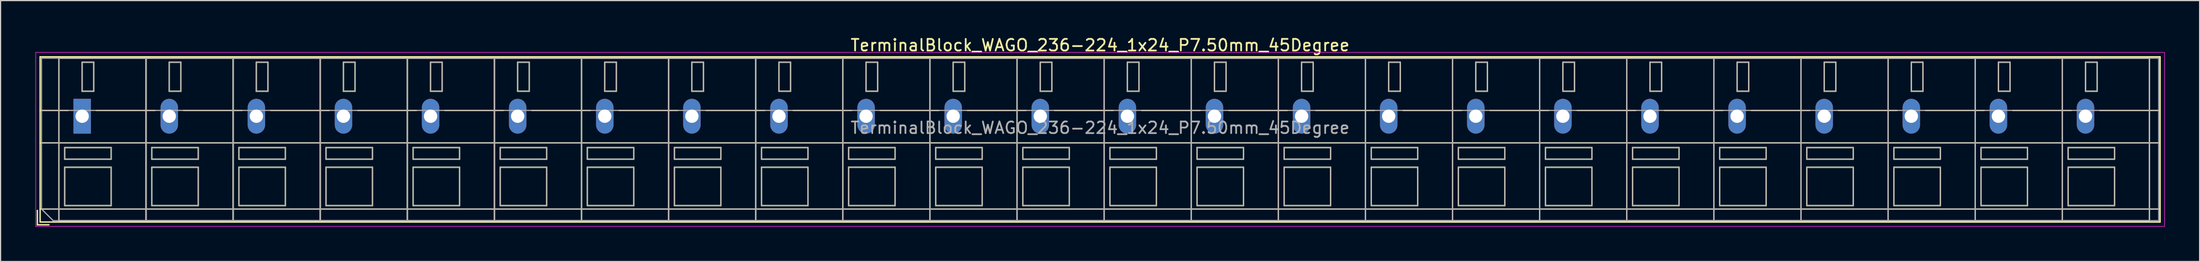
<source format=kicad_pcb>
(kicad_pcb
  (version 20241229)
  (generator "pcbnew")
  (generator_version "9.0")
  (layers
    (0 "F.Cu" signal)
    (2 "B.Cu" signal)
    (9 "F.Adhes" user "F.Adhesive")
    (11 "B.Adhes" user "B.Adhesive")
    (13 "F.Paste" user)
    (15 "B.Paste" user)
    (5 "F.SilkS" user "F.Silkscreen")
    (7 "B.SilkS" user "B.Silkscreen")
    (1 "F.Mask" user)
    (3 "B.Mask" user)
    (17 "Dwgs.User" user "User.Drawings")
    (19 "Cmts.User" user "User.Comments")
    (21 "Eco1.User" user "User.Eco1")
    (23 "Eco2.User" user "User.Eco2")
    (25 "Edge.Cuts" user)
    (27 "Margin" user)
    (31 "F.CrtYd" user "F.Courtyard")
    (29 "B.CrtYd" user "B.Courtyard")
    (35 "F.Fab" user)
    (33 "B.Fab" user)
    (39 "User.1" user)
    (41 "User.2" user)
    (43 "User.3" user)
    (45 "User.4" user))
  (footprint "TerminalBlock_WAGO_236-224_1x24_P7.50mm_45Degree"
    (layer "F.Cu")
    (at 4.025 6.968)
    (property "Reference" "TerminalBlock_WAGO_236-224_1x24_P7.50mm_45Degree" (at 87.65 -6.12 0) (layer "F.SilkS") (effects (font (size 1 1) (thickness 0.15))))
    (attr through_hole)
    (fp_line (start -3.86 8.12) (end -3.86 9.36) (stroke (width 0.12) (type solid)) (layer "F.SilkS"))
    (fp_line (start -3.86 9.36) (end -2.86 9.36) (stroke (width 0.12) (type solid)) (layer "F.SilkS"))
    (fp_line (start -3.62 -5.12) (end -3.62 9.12) (stroke (width 0.12) (type solid)) (layer "F.SilkS"))
    (fp_line (start -3.62 -5.12) (end 178.92 -5.12) (stroke (width 0.12) (type solid)) (layer "F.SilkS"))
    (fp_line (start -3.62 -0.5) (end -1.23 -0.5) (stroke (width 0.12) (type solid)) (layer "F.SilkS"))
    (fp_line (start -3.62 2.3) (end 178.92 2.3) (stroke (width 0.12) (type solid)) (layer "F.SilkS"))
    (fp_line (start -3.62 8) (end 178.92 8) (stroke (width 0.12) (type solid)) (layer "F.SilkS"))
    (fp_line (start -3.62 9.12) (end 178.92 9.12) (stroke (width 0.12) (type solid)) (layer "F.SilkS"))
    (fp_line (start -2 -5) (end -2 9) (stroke (width 0.12) (type solid)) (layer "F.SilkS"))
    (fp_line (start -2 -5) (end 5.5 -5) (stroke (width 0.12) (type solid)) (layer "F.SilkS"))
    (fp_line (start -2 9) (end 5.5 9) (stroke (width 0.12) (type solid)) (layer "F.SilkS"))
    (fp_line (start -1.5 2.7) (end -1.5 3.7) (stroke (width 0.12) (type solid)) (layer "F.SilkS"))
    (fp_line (start -1.5 2.7) (end 2.5 2.7) (stroke (width 0.12) (type solid)) (layer "F.SilkS"))
    (fp_line (start -1.5 3.7) (end 2.5 3.7) (stroke (width 0.12) (type solid)) (layer "F.SilkS"))
    (fp_line (start -1.5 4.4) (end -1.5 7.7) (stroke (width 0.12) (type solid)) (layer "F.SilkS"))
    (fp_line (start -1.5 4.4) (end 2.5 4.4) (stroke (width 0.12) (type solid)) (layer "F.SilkS"))
    (fp_line (start -1.5 7.7) (end 2.5 7.7) (stroke (width 0.12) (type solid)) (layer "F.SilkS"))
    (fp_line (start 0 -4.65) (end 0 -2.151) (stroke (width 0.12) (type solid)) (layer "F.SilkS"))
    (fp_line (start 0 -4.65) (end 1 -4.65) (stroke (width 0.12) (type solid)) (layer "F.SilkS"))
    (fp_line (start 0 -2.151) (end 1 -2.151) (stroke (width 0.12) (type solid)) (layer "F.SilkS"))
    (fp_line (start 1 -4.65) (end 1 -2.151) (stroke (width 0.12) (type solid)) (layer "F.SilkS"))
    (fp_line (start 1.23 -0.5) (end 6.27 -0.5) (stroke (width 0.12) (type solid)) (layer "F.SilkS"))
    (fp_line (start 2.5 2.7) (end 2.5 3.7) (stroke (width 0.12) (type solid)) (layer "F.SilkS"))
    (fp_line (start 2.5 4.4) (end 2.5 7.7) (stroke (width 0.12) (type solid)) (layer "F.SilkS"))
    (fp_line (start 5.5 -5) (end 5.5 9) (stroke (width 0.12) (type solid)) (layer "F.SilkS"))
    (fp_line (start 5.5 -5) (end 5.5 9) (stroke (width 0.12) (type solid)) (layer "F.SilkS"))
    (fp_line (start 5.5 -5) (end 13 -5) (stroke (width 0.12) (type solid)) (layer "F.SilkS"))
    (fp_line (start 5.5 9) (end 13 9) (stroke (width 0.12) (type solid)) (layer "F.SilkS"))
    (fp_line (start 6 2.7) (end 6 3.7) (stroke (width 0.12) (type solid)) (layer "F.SilkS"))
    (fp_line (start 6 2.7) (end 10 2.7) (stroke (width 0.12) (type solid)) (layer "F.SilkS"))
    (fp_line (start 6 3.7) (end 10 3.7) (stroke (width 0.12) (type solid)) (layer "F.SilkS"))
    (fp_line (start 6 4.4) (end 6 7.7) (stroke (width 0.12) (type solid)) (layer "F.SilkS"))
    (fp_line (start 6 4.4) (end 10 4.4) (stroke (width 0.12) (type solid)) (layer "F.SilkS"))
    (fp_line (start 6 7.7) (end 10 7.7) (stroke (width 0.12) (type solid)) (layer "F.SilkS"))
    (fp_line (start 7.5 -4.65) (end 7.5 -2.151) (stroke (width 0.12) (type solid)) (layer "F.SilkS"))
    (fp_line (start 7.5 -4.65) (end 8.5 -4.65) (stroke (width 0.12) (type solid)) (layer "F.SilkS"))
    (fp_line (start 7.5 -2.151) (end 8.5 -2.151) (stroke (width 0.12) (type solid)) (layer "F.SilkS"))
    (fp_line (start 8.5 -4.65) (end 8.5 -2.151) (stroke (width 0.12) (type solid)) (layer "F.SilkS"))
    (fp_line (start 8.73 -0.5) (end 13.77 -0.5) (stroke (width 0.12) (type solid)) (layer "F.SilkS"))
    (fp_line (start 10 2.7) (end 10 3.7) (stroke (width 0.12) (type solid)) (layer "F.SilkS"))
    (fp_line (start 10 4.4) (end 10 7.7) (stroke (width 0.12) (type solid)) (layer "F.SilkS"))
    (fp_line (start 13 -5) (end 13 9) (stroke (width 0.12) (type solid)) (layer "F.SilkS"))
    (fp_line (start 13 -5) (end 13 9) (stroke (width 0.12) (type solid)) (layer "F.SilkS"))
    (fp_line (start 13 -5) (end 20.5 -5) (stroke (width 0.12) (type solid)) (layer "F.SilkS"))
    (fp_line (start 13 9) (end 20.5 9) (stroke (width 0.12) (type solid)) (layer "F.SilkS"))
    (fp_line (start 13.5 2.7) (end 13.5 3.7) (stroke (width 0.12) (type solid)) (layer "F.SilkS"))
    (fp_line (start 13.5 2.7) (end 17.5 2.7) (stroke (width 0.12) (type solid)) (layer "F.SilkS"))
    (fp_line (start 13.5 3.7) (end 17.5 3.7) (stroke (width 0.12) (type solid)) (layer "F.SilkS"))
    (fp_line (start 13.5 4.4) (end 13.5 7.7) (stroke (width 0.12) (type solid)) (layer "F.SilkS"))
    (fp_line (start 13.5 4.4) (end 17.5 4.4) (stroke (width 0.12) (type solid)) (layer "F.SilkS"))
    (fp_line (start 13.5 7.7) (end 17.5 7.7) (stroke (width 0.12) (type solid)) (layer "F.SilkS"))
    (fp_line (start 15 -4.65) (end 15 -2.151) (stroke (width 0.12) (type solid)) (layer "F.SilkS"))
    (fp_line (start 15 -4.65) (end 16 -4.65) (stroke (width 0.12) (type solid)) (layer "F.SilkS"))
    (fp_line (start 15 -2.151) (end 16 -2.151) (stroke (width 0.12) (type solid)) (layer "F.SilkS"))
    (fp_line (start 16 -4.65) (end 16 -2.151) (stroke (width 0.12) (type solid)) (layer "F.SilkS"))
    (fp_line (start 16.23 -0.5) (end 21.27 -0.5) (stroke (width 0.12) (type solid)) (layer "F.SilkS"))
    (fp_line (start 17.5 2.7) (end 17.5 3.7) (stroke (width 0.12) (type solid)) (layer "F.SilkS"))
    (fp_line (start 17.5 4.4) (end 17.5 7.7) (stroke (width 0.12) (type solid)) (layer "F.SilkS"))
    (fp_line (start 20.5 -5) (end 20.5 9) (stroke (width 0.12) (type solid)) (layer "F.SilkS"))
    (fp_line (start 20.5 -5) (end 20.5 9) (stroke (width 0.12) (type solid)) (layer "F.SilkS"))
    (fp_line (start 20.5 -5) (end 28 -5) (stroke (width 0.12) (type solid)) (layer "F.SilkS"))
    (fp_line (start 20.5 9) (end 28 9) (stroke (width 0.12) (type solid)) (layer "F.SilkS"))
    (fp_line (start 21 2.7) (end 21 3.7) (stroke (width 0.12) (type solid)) (layer "F.SilkS"))
    (fp_line (start 21 2.7) (end 25 2.7) (stroke (width 0.12) (type solid)) (layer "F.SilkS"))
    (fp_line (start 21 3.7) (end 25 3.7) (stroke (width 0.12) (type solid)) (layer "F.SilkS"))
    (fp_line (start 21 4.4) (end 21 7.7) (stroke (width 0.12) (type solid)) (layer "F.SilkS"))
    (fp_line (start 21 4.4) (end 25 4.4) (stroke (width 0.12) (type solid)) (layer "F.SilkS"))
    (fp_line (start 21 7.7) (end 25 7.7) (stroke (width 0.12) (type solid)) (layer "F.SilkS"))
    (fp_line (start 22.5 -4.65) (end 22.5 -2.151) (stroke (width 0.12) (type solid)) (layer "F.SilkS"))
    (fp_line (start 22.5 -4.65) (end 23.5 -4.65) (stroke (width 0.12) (type solid)) (layer "F.SilkS"))
    (fp_line (start 22.5 -2.151) (end 23.5 -2.151) (stroke (width 0.12) (type solid)) (layer "F.SilkS"))
    (fp_line (start 23.5 -4.65) (end 23.5 -2.151) (stroke (width 0.12) (type solid)) (layer "F.SilkS"))
    (fp_line (start 23.73 -0.5) (end 28.77 -0.5) (stroke (width 0.12) (type solid)) (layer "F.SilkS"))
    (fp_line (start 25 2.7) (end 25 3.7) (stroke (width 0.12) (type solid)) (layer "F.SilkS"))
    (fp_line (start 25 4.4) (end 25 7.7) (stroke (width 0.12) (type solid)) (layer "F.SilkS"))
    (fp_line (start 28 -5) (end 28 9) (stroke (width 0.12) (type solid)) (layer "F.SilkS"))
    (fp_line (start 28 -5) (end 28 9) (stroke (width 0.12) (type solid)) (layer "F.SilkS"))
    (fp_line (start 28 -5) (end 35.5 -5) (stroke (width 0.12) (type solid)) (layer "F.SilkS"))
    (fp_line (start 28 9) (end 35.5 9) (stroke (width 0.12) (type solid)) (layer "F.SilkS"))
    (fp_line (start 28.5 2.7) (end 28.5 3.7) (stroke (width 0.12) (type solid)) (layer "F.SilkS"))
    (fp_line (start 28.5 2.7) (end 32.5 2.7) (stroke (width 0.12) (type solid)) (layer "F.SilkS"))
    (fp_line (start 28.5 3.7) (end 32.5 3.7) (stroke (width 0.12) (type solid)) (layer "F.SilkS"))
    (fp_line (start 28.5 4.4) (end 28.5 7.7) (stroke (width 0.12) (type solid)) (layer "F.SilkS"))
    (fp_line (start 28.5 4.4) (end 32.5 4.4) (stroke (width 0.12) (type solid)) (layer "F.SilkS"))
    (fp_line (start 28.5 7.7) (end 32.5 7.7) (stroke (width 0.12) (type solid)) (layer "F.SilkS"))
    (fp_line (start 30 -4.65) (end 30 -2.151) (stroke (width 0.12) (type solid)) (layer "F.SilkS"))
    (fp_line (start 30 -4.65) (end 31 -4.65) (stroke (width 0.12) (type solid)) (layer "F.SilkS"))
    (fp_line (start 30 -2.151) (end 31 -2.151) (stroke (width 0.12) (type solid)) (layer "F.SilkS"))
    (fp_line (start 31 -4.65) (end 31 -2.151) (stroke (width 0.12) (type solid)) (layer "F.SilkS"))
    (fp_line (start 31.23 -0.5) (end 36.27 -0.5) (stroke (width 0.12) (type solid)) (layer "F.SilkS"))
    (fp_line (start 32.5 2.7) (end 32.5 3.7) (stroke (width 0.12) (type solid)) (layer "F.SilkS"))
    (fp_line (start 32.5 4.4) (end 32.5 7.7) (stroke (width 0.12) (type solid)) (layer "F.SilkS"))
    (fp_line (start 35.5 -5) (end 35.5 9) (stroke (width 0.12) (type solid)) (layer "F.SilkS"))
    (fp_line (start 35.5 -5) (end 35.5 9) (stroke (width 0.12) (type solid)) (layer "F.SilkS"))
    (fp_line (start 35.5 -5) (end 43 -5) (stroke (width 0.12) (type solid)) (layer "F.SilkS"))
    (fp_line (start 35.5 9) (end 43 9) (stroke (width 0.12) (type solid)) (layer "F.SilkS"))
    (fp_line (start 36 2.7) (end 36 3.7) (stroke (width 0.12) (type solid)) (layer "F.SilkS"))
    (fp_line (start 36 2.7) (end 40 2.7) (stroke (width 0.12) (type solid)) (layer "F.SilkS"))
    (fp_line (start 36 3.7) (end 40 3.7) (stroke (width 0.12) (type solid)) (layer "F.SilkS"))
    (fp_line (start 36 4.4) (end 36 7.7) (stroke (width 0.12) (type solid)) (layer "F.SilkS"))
    (fp_line (start 36 4.4) (end 40 4.4) (stroke (width 0.12) (type solid)) (layer "F.SilkS"))
    (fp_line (start 36 7.7) (end 40 7.7) (stroke (width 0.12) (type solid)) (layer "F.SilkS"))
    (fp_line (start 37.5 -4.65) (end 37.5 -2.151) (stroke (width 0.12) (type solid)) (layer "F.SilkS"))
    (fp_line (start 37.5 -4.65) (end 38.5 -4.65) (stroke (width 0.12) (type solid)) (layer "F.SilkS"))
    (fp_line (start 37.5 -2.151) (end 38.5 -2.151) (stroke (width 0.12) (type solid)) (layer "F.SilkS"))
    (fp_line (start 38.5 -4.65) (end 38.5 -2.151) (stroke (width 0.12) (type solid)) (layer "F.SilkS"))
    (fp_line (start 38.73 -0.5) (end 43.77 -0.5) (stroke (width 0.12) (type solid)) (layer "F.SilkS"))
    (fp_line (start 40 2.7) (end 40 3.7) (stroke (width 0.12) (type solid)) (layer "F.SilkS"))
    (fp_line (start 40 4.4) (end 40 7.7) (stroke (width 0.12) (type solid)) (layer "F.SilkS"))
    (fp_line (start 43 -5) (end 43 9) (stroke (width 0.12) (type solid)) (layer "F.SilkS"))
    (fp_line (start 43 -5) (end 43 9) (stroke (width 0.12) (type solid)) (layer "F.SilkS"))
    (fp_line (start 43 -5) (end 50.5 -5) (stroke (width 0.12) (type solid)) (layer "F.SilkS"))
    (fp_line (start 43 9) (end 50.5 9) (stroke (width 0.12) (type solid)) (layer "F.SilkS"))
    (fp_line (start 43.5 2.7) (end 43.5 3.7) (stroke (width 0.12) (type solid)) (layer "F.SilkS"))
    (fp_line (start 43.5 2.7) (end 47.5 2.7) (stroke (width 0.12) (type solid)) (layer "F.SilkS"))
    (fp_line (start 43.5 3.7) (end 47.5 3.7) (stroke (width 0.12) (type solid)) (layer "F.SilkS"))
    (fp_line (start 43.5 4.4) (end 43.5 7.7) (stroke (width 0.12) (type solid)) (layer "F.SilkS"))
    (fp_line (start 43.5 4.4) (end 47.5 4.4) (stroke (width 0.12) (type solid)) (layer "F.SilkS"))
    (fp_line (start 43.5 7.7) (end 47.5 7.7) (stroke (width 0.12) (type solid)) (layer "F.SilkS"))
    (fp_line (start 45 -4.65) (end 45 -2.151) (stroke (width 0.12) (type solid)) (layer "F.SilkS"))
    (fp_line (start 45 -4.65) (end 46 -4.65) (stroke (width 0.12) (type solid)) (layer "F.SilkS"))
    (fp_line (start 45 -2.151) (end 46 -2.151) (stroke (width 0.12) (type solid)) (layer "F.SilkS"))
    (fp_line (start 46 -4.65) (end 46 -2.151) (stroke (width 0.12) (type solid)) (layer "F.SilkS"))
    (fp_line (start 46.23 -0.5) (end 51.27 -0.5) (stroke (width 0.12) (type solid)) (layer "F.SilkS"))
    (fp_line (start 47.5 2.7) (end 47.5 3.7) (stroke (width 0.12) (type solid)) (layer "F.SilkS"))
    (fp_line (start 47.5 4.4) (end 47.5 7.7) (stroke (width 0.12) (type solid)) (layer "F.SilkS"))
    (fp_line (start 50.5 -5) (end 50.5 9) (stroke (width 0.12) (type solid)) (layer "F.SilkS"))
    (fp_line (start 50.5 -5) (end 50.5 9) (stroke (width 0.12) (type solid)) (layer "F.SilkS"))
    (fp_line (start 50.5 -5) (end 58 -5) (stroke (width 0.12) (type solid)) (layer "F.SilkS"))
    (fp_line (start 50.5 9) (end 58 9) (stroke (width 0.12) (type solid)) (layer "F.SilkS"))
    (fp_line (start 51 2.7) (end 51 3.7) (stroke (width 0.12) (type solid)) (layer "F.SilkS"))
    (fp_line (start 51 2.7) (end 55 2.7) (stroke (width 0.12) (type solid)) (layer "F.SilkS"))
    (fp_line (start 51 3.7) (end 55 3.7) (stroke (width 0.12) (type solid)) (layer "F.SilkS"))
    (fp_line (start 51 4.4) (end 51 7.7) (stroke (width 0.12) (type solid)) (layer "F.SilkS"))
    (fp_line (start 51 4.4) (end 55 4.4) (stroke (width 0.12) (type solid)) (layer "F.SilkS"))
    (fp_line (start 51 7.7) (end 55 7.7) (stroke (width 0.12) (type solid)) (layer "F.SilkS"))
    (fp_line (start 52.5 -4.65) (end 52.5 -2.151) (stroke (width 0.12) (type solid)) (layer "F.SilkS"))
    (fp_line (start 52.5 -4.65) (end 53.5 -4.65) (stroke (width 0.12) (type solid)) (layer "F.SilkS"))
    (fp_line (start 52.5 -2.151) (end 53.5 -2.151) (stroke (width 0.12) (type solid)) (layer "F.SilkS"))
    (fp_line (start 53.5 -4.65) (end 53.5 -2.151) (stroke (width 0.12) (type solid)) (layer "F.SilkS"))
    (fp_line (start 53.73 -0.5) (end 58.77 -0.5) (stroke (width 0.12) (type solid)) (layer "F.SilkS"))
    (fp_line (start 55 2.7) (end 55 3.7) (stroke (width 0.12) (type solid)) (layer "F.SilkS"))
    (fp_line (start 55 4.4) (end 55 7.7) (stroke (width 0.12) (type solid)) (layer "F.SilkS"))
    (fp_line (start 58 -5) (end 58 9) (stroke (width 0.12) (type solid)) (layer "F.SilkS"))
    (fp_line (start 58 -5) (end 58 9) (stroke (width 0.12) (type solid)) (layer "F.SilkS"))
    (fp_line (start 58 -5) (end 65.5 -5) (stroke (width 0.12) (type solid)) (layer "F.SilkS"))
    (fp_line (start 58 9) (end 65.5 9) (stroke (width 0.12) (type solid)) (layer "F.SilkS"))
    (fp_line (start 58.5 2.7) (end 58.5 3.7) (stroke (width 0.12) (type solid)) (layer "F.SilkS"))
    (fp_line (start 58.5 2.7) (end 62.5 2.7) (stroke (width 0.12) (type solid)) (layer "F.SilkS"))
    (fp_line (start 58.5 3.7) (end 62.5 3.7) (stroke (width 0.12) (type solid)) (layer "F.SilkS"))
    (fp_line (start 58.5 4.4) (end 58.5 7.7) (stroke (width 0.12) (type solid)) (layer "F.SilkS"))
    (fp_line (start 58.5 4.4) (end 62.5 4.4) (stroke (width 0.12) (type solid)) (layer "F.SilkS"))
    (fp_line (start 58.5 7.7) (end 62.5 7.7) (stroke (width 0.12) (type solid)) (layer "F.SilkS"))
    (fp_line (start 60 -4.65) (end 60 -2.151) (stroke (width 0.12) (type solid)) (layer "F.SilkS"))
    (fp_line (start 60 -4.65) (end 61 -4.65) (stroke (width 0.12) (type solid)) (layer "F.SilkS"))
    (fp_line (start 60 -2.151) (end 61 -2.151) (stroke (width 0.12) (type solid)) (layer "F.SilkS"))
    (fp_line (start 61 -4.65) (end 61 -2.151) (stroke (width 0.12) (type solid)) (layer "F.SilkS"))
    (fp_line (start 61.23 -0.5) (end 66.27 -0.5) (stroke (width 0.12) (type solid)) (layer "F.SilkS"))
    (fp_line (start 62.5 2.7) (end 62.5 3.7) (stroke (width 0.12) (type solid)) (layer "F.SilkS"))
    (fp_line (start 62.5 4.4) (end 62.5 7.7) (stroke (width 0.12) (type solid)) (layer "F.SilkS"))
    (fp_line (start 65.5 -5) (end 65.5 9) (stroke (width 0.12) (type solid)) (layer "F.SilkS"))
    (fp_line (start 65.5 -5) (end 65.5 9) (stroke (width 0.12) (type solid)) (layer "F.SilkS"))
    (fp_line (start 65.5 -5) (end 73 -5) (stroke (width 0.12) (type solid)) (layer "F.SilkS"))
    (fp_line (start 65.5 9) (end 73 9) (stroke (width 0.12) (type solid)) (layer "F.SilkS"))
    (fp_line (start 66 2.7) (end 66 3.7) (stroke (width 0.12) (type solid)) (layer "F.SilkS"))
    (fp_line (start 66 2.7) (end 70 2.7) (stroke (width 0.12) (type solid)) (layer "F.SilkS"))
    (fp_line (start 66 3.7) (end 70 3.7) (stroke (width 0.12) (type solid)) (layer "F.SilkS"))
    (fp_line (start 66 4.4) (end 66 7.7) (stroke (width 0.12) (type solid)) (layer "F.SilkS"))
    (fp_line (start 66 4.4) (end 70 4.4) (stroke (width 0.12) (type solid)) (layer "F.SilkS"))
    (fp_line (start 66 7.7) (end 70 7.7) (stroke (width 0.12) (type solid)) (layer "F.SilkS"))
    (fp_line (start 67.5 -4.65) (end 67.5 -2.151) (stroke (width 0.12) (type solid)) (layer "F.SilkS"))
    (fp_line (start 67.5 -4.65) (end 68.5 -4.65) (stroke (width 0.12) (type solid)) (layer "F.SilkS"))
    (fp_line (start 67.5 -2.151) (end 68.5 -2.151) (stroke (width 0.12) (type solid)) (layer "F.SilkS"))
    (fp_line (start 68.5 -4.65) (end 68.5 -2.151) (stroke (width 0.12) (type solid)) (layer "F.SilkS"))
    (fp_line (start 68.73 -0.5) (end 73.77 -0.5) (stroke (width 0.12) (type solid)) (layer "F.SilkS"))
    (fp_line (start 70 2.7) (end 70 3.7) (stroke (width 0.12) (type solid)) (layer "F.SilkS"))
    (fp_line (start 70 4.4) (end 70 7.7) (stroke (width 0.12) (type solid)) (layer "F.SilkS"))
    (fp_line (start 73 -5) (end 73 9) (stroke (width 0.12) (type solid)) (layer "F.SilkS"))
    (fp_line (start 73 -5) (end 73 9) (stroke (width 0.12) (type solid)) (layer "F.SilkS"))
    (fp_line (start 73 -5) (end 80.5 -5) (stroke (width 0.12) (type solid)) (layer "F.SilkS"))
    (fp_line (start 73 9) (end 80.5 9) (stroke (width 0.12) (type solid)) (layer "F.SilkS"))
    (fp_line (start 73.5 2.7) (end 73.5 3.7) (stroke (width 0.12) (type solid)) (layer "F.SilkS"))
    (fp_line (start 73.5 2.7) (end 77.5 2.7) (stroke (width 0.12) (type solid)) (layer "F.SilkS"))
    (fp_line (start 73.5 3.7) (end 77.5 3.7) (stroke (width 0.12) (type solid)) (layer "F.SilkS"))
    (fp_line (start 73.5 4.4) (end 73.5 7.7) (stroke (width 0.12) (type solid)) (layer "F.SilkS"))
    (fp_line (start 73.5 4.4) (end 77.5 4.4) (stroke (width 0.12) (type solid)) (layer "F.SilkS"))
    (fp_line (start 73.5 7.7) (end 77.5 7.7) (stroke (width 0.12) (type solid)) (layer "F.SilkS"))
    (fp_line (start 75 -4.65) (end 75 -2.151) (stroke (width 0.12) (type solid)) (layer "F.SilkS"))
    (fp_line (start 75 -4.65) (end 76 -4.65) (stroke (width 0.12) (type solid)) (layer "F.SilkS"))
    (fp_line (start 75 -2.151) (end 76 -2.151) (stroke (width 0.12) (type solid)) (layer "F.SilkS"))
    (fp_line (start 76 -4.65) (end 76 -2.151) (stroke (width 0.12) (type solid)) (layer "F.SilkS"))
    (fp_line (start 76.23 -0.5) (end 81.27 -0.5) (stroke (width 0.12) (type solid)) (layer "F.SilkS"))
    (fp_line (start 77.5 2.7) (end 77.5 3.7) (stroke (width 0.12) (type solid)) (layer "F.SilkS"))
    (fp_line (start 77.5 4.4) (end 77.5 7.7) (stroke (width 0.12) (type solid)) (layer "F.SilkS"))
    (fp_line (start 80.5 -5) (end 80.5 9) (stroke (width 0.12) (type solid)) (layer "F.SilkS"))
    (fp_line (start 80.5 -5) (end 80.5 9) (stroke (width 0.12) (type solid)) (layer "F.SilkS"))
    (fp_line (start 80.5 -5) (end 88 -5) (stroke (width 0.12) (type solid)) (layer "F.SilkS"))
    (fp_line (start 80.5 9) (end 88 9) (stroke (width 0.12) (type solid)) (layer "F.SilkS"))
    (fp_line (start 81 2.7) (end 81 3.7) (stroke (width 0.12) (type solid)) (layer "F.SilkS"))
    (fp_line (start 81 2.7) (end 85 2.7) (stroke (width 0.12) (type solid)) (layer "F.SilkS"))
    (fp_line (start 81 3.7) (end 85 3.7) (stroke (width 0.12) (type solid)) (layer "F.SilkS"))
    (fp_line (start 81 4.4) (end 81 7.7) (stroke (width 0.12) (type solid)) (layer "F.SilkS"))
    (fp_line (start 81 4.4) (end 85 4.4) (stroke (width 0.12) (type solid)) (layer "F.SilkS"))
    (fp_line (start 81 7.7) (end 85 7.7) (stroke (width 0.12) (type solid)) (layer "F.SilkS"))
    (fp_line (start 82.5 -4.65) (end 82.5 -2.151) (stroke (width 0.12) (type solid)) (layer "F.SilkS"))
    (fp_line (start 82.5 -4.65) (end 83.5 -4.65) (stroke (width 0.12) (type solid)) (layer "F.SilkS"))
    (fp_line (start 82.5 -2.151) (end 83.5 -2.151) (stroke (width 0.12) (type solid)) (layer "F.SilkS"))
    (fp_line (start 83.5 -4.65) (end 83.5 -2.151) (stroke (width 0.12) (type solid)) (layer "F.SilkS"))
    (fp_line (start 83.73 -0.5) (end 88.77 -0.5) (stroke (width 0.12) (type solid)) (layer "F.SilkS"))
    (fp_line (start 85 2.7) (end 85 3.7) (stroke (width 0.12) (type solid)) (layer "F.SilkS"))
    (fp_line (start 85 4.4) (end 85 7.7) (stroke (width 0.12) (type solid)) (layer "F.SilkS"))
    (fp_line (start 88 -5) (end 88 9) (stroke (width 0.12) (type solid)) (layer "F.SilkS"))
    (fp_line (start 88 -5) (end 88 9) (stroke (width 0.12) (type solid)) (layer "F.SilkS"))
    (fp_line (start 88 -5) (end 95.5 -5) (stroke (width 0.12) (type solid)) (layer "F.SilkS"))
    (fp_line (start 88 9) (end 95.5 9) (stroke (width 0.12) (type solid)) (layer "F.SilkS"))
    (fp_line (start 88.5 2.7) (end 88.5 3.7) (stroke (width 0.12) (type solid)) (layer "F.SilkS"))
    (fp_line (start 88.5 2.7) (end 92.5 2.7) (stroke (width 0.12) (type solid)) (layer "F.SilkS"))
    (fp_line (start 88.5 3.7) (end 92.5 3.7) (stroke (width 0.12) (type solid)) (layer "F.SilkS"))
    (fp_line (start 88.5 4.4) (end 88.5 7.7) (stroke (width 0.12) (type solid)) (layer "F.SilkS"))
    (fp_line (start 88.5 4.4) (end 92.5 4.4) (stroke (width 0.12) (type solid)) (layer "F.SilkS"))
    (fp_line (start 88.5 7.7) (end 92.5 7.7) (stroke (width 0.12) (type solid)) (layer "F.SilkS"))
    (fp_line (start 90 -4.65) (end 90 -2.151) (stroke (width 0.12) (type solid)) (layer "F.SilkS"))
    (fp_line (start 90 -4.65) (end 91 -4.65) (stroke (width 0.12) (type solid)) (layer "F.SilkS"))
    (fp_line (start 90 -2.151) (end 91 -2.151) (stroke (width 0.12) (type solid)) (layer "F.SilkS"))
    (fp_line (start 91 -4.65) (end 91 -2.151) (stroke (width 0.12) (type solid)) (layer "F.SilkS"))
    (fp_line (start 91.23 -0.5) (end 96.27 -0.5) (stroke (width 0.12) (type solid)) (layer "F.SilkS"))
    (fp_line (start 92.5 2.7) (end 92.5 3.7) (stroke (width 0.12) (type solid)) (layer "F.SilkS"))
    (fp_line (start 92.5 4.4) (end 92.5 7.7) (stroke (width 0.12) (type solid)) (layer "F.SilkS"))
    (fp_line (start 95.5 -5) (end 95.5 9) (stroke (width 0.12) (type solid)) (layer "F.SilkS"))
    (fp_line (start 95.5 -5) (end 95.5 9) (stroke (width 0.12) (type solid)) (layer "F.SilkS"))
    (fp_line (start 95.5 -5) (end 103 -5) (stroke (width 0.12) (type solid)) (layer "F.SilkS"))
    (fp_line (start 95.5 9) (end 103 9) (stroke (width 0.12) (type solid)) (layer "F.SilkS"))
    (fp_line (start 96 2.7) (end 96 3.7) (stroke (width 0.12) (type solid)) (layer "F.SilkS"))
    (fp_line (start 96 2.7) (end 100 2.7) (stroke (width 0.12) (type solid)) (layer "F.SilkS"))
    (fp_line (start 96 3.7) (end 100 3.7) (stroke (width 0.12) (type solid)) (layer "F.SilkS"))
    (fp_line (start 96 4.4) (end 96 7.7) (stroke (width 0.12) (type solid)) (layer "F.SilkS"))
    (fp_line (start 96 4.4) (end 100 4.4) (stroke (width 0.12) (type solid)) (layer "F.SilkS"))
    (fp_line (start 96 7.7) (end 100 7.7) (stroke (width 0.12) (type solid)) (layer "F.SilkS"))
    (fp_line (start 97.5 -4.65) (end 97.5 -2.151) (stroke (width 0.12) (type solid)) (layer "F.SilkS"))
    (fp_line (start 97.5 -4.65) (end 98.5 -4.65) (stroke (width 0.12) (type solid)) (layer "F.SilkS"))
    (fp_line (start 97.5 -2.151) (end 98.5 -2.151) (stroke (width 0.12) (type solid)) (layer "F.SilkS"))
    (fp_line (start 98.5 -4.65) (end 98.5 -2.151) (stroke (width 0.12) (type solid)) (layer "F.SilkS"))
    (fp_line (start 98.73 -0.5) (end 103.77 -0.5) (stroke (width 0.12) (type solid)) (layer "F.SilkS"))
    (fp_line (start 100 2.7) (end 100 3.7) (stroke (width 0.12) (type solid)) (layer "F.SilkS"))
    (fp_line (start 100 4.4) (end 100 7.7) (stroke (width 0.12) (type solid)) (layer "F.SilkS"))
    (fp_line (start 103 -5) (end 103 9) (stroke (width 0.12) (type solid)) (layer "F.SilkS"))
    (fp_line (start 103 -5) (end 103 9) (stroke (width 0.12) (type solid)) (layer "F.SilkS"))
    (fp_line (start 103 -5) (end 110.5 -5) (stroke (width 0.12) (type solid)) (layer "F.SilkS"))
    (fp_line (start 103 9) (end 110.5 9) (stroke (width 0.12) (type solid)) (layer "F.SilkS"))
    (fp_line (start 103.5 2.7) (end 103.5 3.7) (stroke (width 0.12) (type solid)) (layer "F.SilkS"))
    (fp_line (start 103.5 2.7) (end 107.5 2.7) (stroke (width 0.12) (type solid)) (layer "F.SilkS"))
    (fp_line (start 103.5 3.7) (end 107.5 3.7) (stroke (width 0.12) (type solid)) (layer "F.SilkS"))
    (fp_line (start 103.5 4.4) (end 103.5 7.7) (stroke (width 0.12) (type solid)) (layer "F.SilkS"))
    (fp_line (start 103.5 4.4) (end 107.5 4.4) (stroke (width 0.12) (type solid)) (layer "F.SilkS"))
    (fp_line (start 103.5 7.7) (end 107.5 7.7) (stroke (width 0.12) (type solid)) (layer "F.SilkS"))
    (fp_line (start 105 -4.65) (end 105 -2.151) (stroke (width 0.12) (type solid)) (layer "F.SilkS"))
    (fp_line (start 105 -4.65) (end 106 -4.65) (stroke (width 0.12) (type solid)) (layer "F.SilkS"))
    (fp_line (start 105 -2.151) (end 106 -2.151) (stroke (width 0.12) (type solid)) (layer "F.SilkS"))
    (fp_line (start 106 -4.65) (end 106 -2.151) (stroke (width 0.12) (type solid)) (layer "F.SilkS"))
    (fp_line (start 106.23 -0.5) (end 111.27 -0.5) (stroke (width 0.12) (type solid)) (layer "F.SilkS"))
    (fp_line (start 107.5 2.7) (end 107.5 3.7) (stroke (width 0.12) (type solid)) (layer "F.SilkS"))
    (fp_line (start 107.5 4.4) (end 107.5 7.7) (stroke (width 0.12) (type solid)) (layer "F.SilkS"))
    (fp_line (start 110.5 -5) (end 110.5 9) (stroke (width 0.12) (type solid)) (layer "F.SilkS"))
    (fp_line (start 110.5 -5) (end 110.5 9) (stroke (width 0.12) (type solid)) (layer "F.SilkS"))
    (fp_line (start 110.5 -5) (end 118 -5) (stroke (width 0.12) (type solid)) (layer "F.SilkS"))
    (fp_line (start 110.5 9) (end 118 9) (stroke (width 0.12) (type solid)) (layer "F.SilkS"))
    (fp_line (start 111 2.7) (end 111 3.7) (stroke (width 0.12) (type solid)) (layer "F.SilkS"))
    (fp_line (start 111 2.7) (end 115 2.7) (stroke (width 0.12) (type solid)) (layer "F.SilkS"))
    (fp_line (start 111 3.7) (end 115 3.7) (stroke (width 0.12) (type solid)) (layer "F.SilkS"))
    (fp_line (start 111 4.4) (end 111 7.7) (stroke (width 0.12) (type solid)) (layer "F.SilkS"))
    (fp_line (start 111 4.4) (end 115 4.4) (stroke (width 0.12) (type solid)) (layer "F.SilkS"))
    (fp_line (start 111 7.7) (end 115 7.7) (stroke (width 0.12) (type solid)) (layer "F.SilkS"))
    (fp_line (start 112.5 -4.65) (end 112.5 -2.151) (stroke (width 0.12) (type solid)) (layer "F.SilkS"))
    (fp_line (start 112.5 -4.65) (end 113.5 -4.65) (stroke (width 0.12) (type solid)) (layer "F.SilkS"))
    (fp_line (start 112.5 -2.151) (end 113.5 -2.151) (stroke (width 0.12) (type solid)) (layer "F.SilkS"))
    (fp_line (start 113.5 -4.65) (end 113.5 -2.151) (stroke (width 0.12) (type solid)) (layer "F.SilkS"))
    (fp_line (start 113.73 -0.5) (end 118.77 -0.5) (stroke (width 0.12) (type solid)) (layer "F.SilkS"))
    (fp_line (start 115 2.7) (end 115 3.7) (stroke (width 0.12) (type solid)) (layer "F.SilkS"))
    (fp_line (start 115 4.4) (end 115 7.7) (stroke (width 0.12) (type solid)) (layer "F.SilkS"))
    (fp_line (start 118 -5) (end 118 9) (stroke (width 0.12) (type solid)) (layer "F.SilkS"))
    (fp_line (start 118 -5) (end 118 9) (stroke (width 0.12) (type solid)) (layer "F.SilkS"))
    (fp_line (start 118 -5) (end 125.5 -5) (stroke (width 0.12) (type solid)) (layer "F.SilkS"))
    (fp_line (start 118 9) (end 125.5 9) (stroke (width 0.12) (type solid)) (layer "F.SilkS"))
    (fp_line (start 118.5 2.7) (end 118.5 3.7) (stroke (width 0.12) (type solid)) (layer "F.SilkS"))
    (fp_line (start 118.5 2.7) (end 122.5 2.7) (stroke (width 0.12) (type solid)) (layer "F.SilkS"))
    (fp_line (start 118.5 3.7) (end 122.5 3.7) (stroke (width 0.12) (type solid)) (layer "F.SilkS"))
    (fp_line (start 118.5 4.4) (end 118.5 7.7) (stroke (width 0.12) (type solid)) (layer "F.SilkS"))
    (fp_line (start 118.5 4.4) (end 122.5 4.4) (stroke (width 0.12) (type solid)) (layer "F.SilkS"))
    (fp_line (start 118.5 7.7) (end 122.5 7.7) (stroke (width 0.12) (type solid)) (layer "F.SilkS"))
    (fp_line (start 120 -4.65) (end 120 -2.151) (stroke (width 0.12) (type solid)) (layer "F.SilkS"))
    (fp_line (start 120 -4.65) (end 121 -4.65) (stroke (width 0.12) (type solid)) (layer "F.SilkS"))
    (fp_line (start 120 -2.151) (end 121 -2.151) (stroke (width 0.12) (type solid)) (layer "F.SilkS"))
    (fp_line (start 121 -4.65) (end 121 -2.151) (stroke (width 0.12) (type solid)) (layer "F.SilkS"))
    (fp_line (start 121.23 -0.5) (end 126.27 -0.5) (stroke (width 0.12) (type solid)) (layer "F.SilkS"))
    (fp_line (start 122.5 2.7) (end 122.5 3.7) (stroke (width 0.12) (type solid)) (layer "F.SilkS"))
    (fp_line (start 122.5 4.4) (end 122.5 7.7) (stroke (width 0.12) (type solid)) (layer "F.SilkS"))
    (fp_line (start 125.5 -5) (end 125.5 9) (stroke (width 0.12) (type solid)) (layer "F.SilkS"))
    (fp_line (start 125.5 -5) (end 125.5 9) (stroke (width 0.12) (type solid)) (layer "F.SilkS"))
    (fp_line (start 125.5 -5) (end 133 -5) (stroke (width 0.12) (type solid)) (layer "F.SilkS"))
    (fp_line (start 125.5 9) (end 133 9) (stroke (width 0.12) (type solid)) (layer "F.SilkS"))
    (fp_line (start 126 2.7) (end 126 3.7) (stroke (width 0.12) (type solid)) (layer "F.SilkS"))
    (fp_line (start 126 2.7) (end 130 2.7) (stroke (width 0.12) (type solid)) (layer "F.SilkS"))
    (fp_line (start 126 3.7) (end 130 3.7) (stroke (width 0.12) (type solid)) (layer "F.SilkS"))
    (fp_line (start 126 4.4) (end 126 7.7) (stroke (width 0.12) (type solid)) (layer "F.SilkS"))
    (fp_line (start 126 4.4) (end 130 4.4) (stroke (width 0.12) (type solid)) (layer "F.SilkS"))
    (fp_line (start 126 7.7) (end 130 7.7) (stroke (width 0.12) (type solid)) (layer "F.SilkS"))
    (fp_line (start 127.5 -4.65) (end 127.5 -2.151) (stroke (width 0.12) (type solid)) (layer "F.SilkS"))
    (fp_line (start 127.5 -4.65) (end 128.5 -4.65) (stroke (width 0.12) (type solid)) (layer "F.SilkS"))
    (fp_line (start 127.5 -2.151) (end 128.5 -2.151) (stroke (width 0.12) (type solid)) (layer "F.SilkS"))
    (fp_line (start 128.5 -4.65) (end 128.5 -2.151) (stroke (width 0.12) (type solid)) (layer "F.SilkS"))
    (fp_line (start 128.73 -0.5) (end 133.77 -0.5) (stroke (width 0.12) (type solid)) (layer "F.SilkS"))
    (fp_line (start 130 2.7) (end 130 3.7) (stroke (width 0.12) (type solid)) (layer "F.SilkS"))
    (fp_line (start 130 4.4) (end 130 7.7) (stroke (width 0.12) (type solid)) (layer "F.SilkS"))
    (fp_line (start 133 -5) (end 133 9) (stroke (width 0.12) (type solid)) (layer "F.SilkS"))
    (fp_line (start 133 -5) (end 133 9) (stroke (width 0.12) (type solid)) (layer "F.SilkS"))
    (fp_line (start 133 -5) (end 140.5 -5) (stroke (width 0.12) (type solid)) (layer "F.SilkS"))
    (fp_line (start 133 9) (end 140.5 9) (stroke (width 0.12) (type solid)) (layer "F.SilkS"))
    (fp_line (start 133.5 2.7) (end 133.5 3.7) (stroke (width 0.12) (type solid)) (layer "F.SilkS"))
    (fp_line (start 133.5 2.7) (end 137.5 2.7) (stroke (width 0.12) (type solid)) (layer "F.SilkS"))
    (fp_line (start 133.5 3.7) (end 137.5 3.7) (stroke (width 0.12) (type solid)) (layer "F.SilkS"))
    (fp_line (start 133.5 4.4) (end 133.5 7.7) (stroke (width 0.12) (type solid)) (layer "F.SilkS"))
    (fp_line (start 133.5 4.4) (end 137.5 4.4) (stroke (width 0.12) (type solid)) (layer "F.SilkS"))
    (fp_line (start 133.5 7.7) (end 137.5 7.7) (stroke (width 0.12) (type solid)) (layer "F.SilkS"))
    (fp_line (start 135 -4.65) (end 135 -2.151) (stroke (width 0.12) (type solid)) (layer "F.SilkS"))
    (fp_line (start 135 -4.65) (end 136 -4.65) (stroke (width 0.12) (type solid)) (layer "F.SilkS"))
    (fp_line (start 135 -2.151) (end 136 -2.151) (stroke (width 0.12) (type solid)) (layer "F.SilkS"))
    (fp_line (start 136 -4.65) (end 136 -2.151) (stroke (width 0.12) (type solid)) (layer "F.SilkS"))
    (fp_line (start 136.23 -0.5) (end 141.27 -0.5) (stroke (width 0.12) (type solid)) (layer "F.SilkS"))
    (fp_line (start 137.5 2.7) (end 137.5 3.7) (stroke (width 0.12) (type solid)) (layer "F.SilkS"))
    (fp_line (start 137.5 4.4) (end 137.5 7.7) (stroke (width 0.12) (type solid)) (layer "F.SilkS"))
    (fp_line (start 140.5 -5) (end 140.5 9) (stroke (width 0.12) (type solid)) (layer "F.SilkS"))
    (fp_line (start 140.5 -5) (end 140.5 9) (stroke (width 0.12) (type solid)) (layer "F.SilkS"))
    (fp_line (start 140.5 -5) (end 148 -5) (stroke (width 0.12) (type solid)) (layer "F.SilkS"))
    (fp_line (start 140.5 9) (end 148 9) (stroke (width 0.12) (type solid)) (layer "F.SilkS"))
    (fp_line (start 141 2.7) (end 141 3.7) (stroke (width 0.12) (type solid)) (layer "F.SilkS"))
    (fp_line (start 141 2.7) (end 145 2.7) (stroke (width 0.12) (type solid)) (layer "F.SilkS"))
    (fp_line (start 141 3.7) (end 145 3.7) (stroke (width 0.12) (type solid)) (layer "F.SilkS"))
    (fp_line (start 141 4.4) (end 141 7.7) (stroke (width 0.12) (type solid)) (layer "F.SilkS"))
    (fp_line (start 141 4.4) (end 145 4.4) (stroke (width 0.12) (type solid)) (layer "F.SilkS"))
    (fp_line (start 141 7.7) (end 145 7.7) (stroke (width 0.12) (type solid)) (layer "F.SilkS"))
    (fp_line (start 142.5 -4.65) (end 142.5 -2.151) (stroke (width 0.12) (type solid)) (layer "F.SilkS"))
    (fp_line (start 142.5 -4.65) (end 143.5 -4.65) (stroke (width 0.12) (type solid)) (layer "F.SilkS"))
    (fp_line (start 142.5 -2.151) (end 143.5 -2.151) (stroke (width 0.12) (type solid)) (layer "F.SilkS"))
    (fp_line (start 143.5 -4.65) (end 143.5 -2.151) (stroke (width 0.12) (type solid)) (layer "F.SilkS"))
    (fp_line (start 143.73 -0.5) (end 148.77 -0.5) (stroke (width 0.12) (type solid)) (layer "F.SilkS"))
    (fp_line (start 145 2.7) (end 145 3.7) (stroke (width 0.12) (type solid)) (layer "F.SilkS"))
    (fp_line (start 145 4.4) (end 145 7.7) (stroke (width 0.12) (type solid)) (layer "F.SilkS"))
    (fp_line (start 148 -5) (end 148 9) (stroke (width 0.12) (type solid)) (layer "F.SilkS"))
    (fp_line (start 148 -5) (end 148 9) (stroke (width 0.12) (type solid)) (layer "F.SilkS"))
    (fp_line (start 148 -5) (end 155.5 -5) (stroke (width 0.12) (type solid)) (layer "F.SilkS"))
    (fp_line (start 148 9) (end 155.5 9) (stroke (width 0.12) (type solid)) (layer "F.SilkS"))
    (fp_line (start 148.5 2.7) (end 148.5 3.7) (stroke (width 0.12) (type solid)) (layer "F.SilkS"))
    (fp_line (start 148.5 2.7) (end 152.5 2.7) (stroke (width 0.12) (type solid)) (layer "F.SilkS"))
    (fp_line (start 148.5 3.7) (end 152.5 3.7) (stroke (width 0.12) (type solid)) (layer "F.SilkS"))
    (fp_line (start 148.5 4.4) (end 148.5 7.7) (stroke (width 0.12) (type solid)) (layer "F.SilkS"))
    (fp_line (start 148.5 4.4) (end 152.5 4.4) (stroke (width 0.12) (type solid)) (layer "F.SilkS"))
    (fp_line (start 148.5 7.7) (end 152.5 7.7) (stroke (width 0.12) (type solid)) (layer "F.SilkS"))
    (fp_line (start 150 -4.65) (end 150 -2.151) (stroke (width 0.12) (type solid)) (layer "F.SilkS"))
    (fp_line (start 150 -4.65) (end 151 -4.65) (stroke (width 0.12) (type solid)) (layer "F.SilkS"))
    (fp_line (start 150 -2.151) (end 151 -2.151) (stroke (width 0.12) (type solid)) (layer "F.SilkS"))
    (fp_line (start 151 -4.65) (end 151 -2.151) (stroke (width 0.12) (type solid)) (layer "F.SilkS"))
    (fp_line (start 151.23 -0.5) (end 156.27 -0.5) (stroke (width 0.12) (type solid)) (layer "F.SilkS"))
    (fp_line (start 152.5 2.7) (end 152.5 3.7) (stroke (width 0.12) (type solid)) (layer "F.SilkS"))
    (fp_line (start 152.5 4.4) (end 152.5 7.7) (stroke (width 0.12) (type solid)) (layer "F.SilkS"))
    (fp_line (start 155.5 -5) (end 155.5 9) (stroke (width 0.12) (type solid)) (layer "F.SilkS"))
    (fp_line (start 155.5 -5) (end 155.5 9) (stroke (width 0.12) (type solid)) (layer "F.SilkS"))
    (fp_line (start 155.5 -5) (end 163 -5) (stroke (width 0.12) (type solid)) (layer "F.SilkS"))
    (fp_line (start 155.5 9) (end 163 9) (stroke (width 0.12) (type solid)) (layer "F.SilkS"))
    (fp_line (start 156 2.7) (end 156 3.7) (stroke (width 0.12) (type solid)) (layer "F.SilkS"))
    (fp_line (start 156 2.7) (end 160 2.7) (stroke (width 0.12) (type solid)) (layer "F.SilkS"))
    (fp_line (start 156 3.7) (end 160 3.7) (stroke (width 0.12) (type solid)) (layer "F.SilkS"))
    (fp_line (start 156 4.4) (end 156 7.7) (stroke (width 0.12) (type solid)) (layer "F.SilkS"))
    (fp_line (start 156 4.4) (end 160 4.4) (stroke (width 0.12) (type solid)) (layer "F.SilkS"))
    (fp_line (start 156 7.7) (end 160 7.7) (stroke (width 0.12) (type solid)) (layer "F.SilkS"))
    (fp_line (start 157.5 -4.65) (end 157.5 -2.151) (stroke (width 0.12) (type solid)) (layer "F.SilkS"))
    (fp_line (start 157.5 -4.65) (end 158.5 -4.65) (stroke (width 0.12) (type solid)) (layer "F.SilkS"))
    (fp_line (start 157.5 -2.151) (end 158.5 -2.151) (stroke (width 0.12) (type solid)) (layer "F.SilkS"))
    (fp_line (start 158.5 -4.65) (end 158.5 -2.151) (stroke (width 0.12) (type solid)) (layer "F.SilkS"))
    (fp_line (start 158.73 -0.5) (end 163.77 -0.5) (stroke (width 0.12) (type solid)) (layer "F.SilkS"))
    (fp_line (start 160 2.7) (end 160 3.7) (stroke (width 0.12) (type solid)) (layer "F.SilkS"))
    (fp_line (start 160 4.4) (end 160 7.7) (stroke (width 0.12) (type solid)) (layer "F.SilkS"))
    (fp_line (start 163 -5) (end 163 9) (stroke (width 0.12) (type solid)) (layer "F.SilkS"))
    (fp_line (start 163 -5) (end 163 9) (stroke (width 0.12) (type solid)) (layer "F.SilkS"))
    (fp_line (start 163 -5) (end 170.5 -5) (stroke (width 0.12) (type solid)) (layer "F.SilkS"))
    (fp_line (start 163 9) (end 170.5 9) (stroke (width 0.12) (type solid)) (layer "F.SilkS"))
    (fp_line (start 163.5 2.7) (end 163.5 3.7) (stroke (width 0.12) (type solid)) (layer "F.SilkS"))
    (fp_line (start 163.5 2.7) (end 167.5 2.7) (stroke (width 0.12) (type solid)) (layer "F.SilkS"))
    (fp_line (start 163.5 3.7) (end 167.5 3.7) (stroke (width 0.12) (type solid)) (layer "F.SilkS"))
    (fp_line (start 163.5 4.4) (end 163.5 7.7) (stroke (width 0.12) (type solid)) (layer "F.SilkS"))
    (fp_line (start 163.5 4.4) (end 167.5 4.4) (stroke (width 0.12) (type solid)) (layer "F.SilkS"))
    (fp_line (start 163.5 7.7) (end 167.5 7.7) (stroke (width 0.12) (type solid)) (layer "F.SilkS"))
    (fp_line (start 165 -4.65) (end 165 -2.151) (stroke (width 0.12) (type solid)) (layer "F.SilkS"))
    (fp_line (start 165 -4.65) (end 166 -4.65) (stroke (width 0.12) (type solid)) (layer "F.SilkS"))
    (fp_line (start 165 -2.151) (end 166 -2.151) (stroke (width 0.12) (type solid)) (layer "F.SilkS"))
    (fp_line (start 166 -4.65) (end 166 -2.151) (stroke (width 0.12) (type solid)) (layer "F.SilkS"))
    (fp_line (start 166.23 -0.5) (end 171.27 -0.5) (stroke (width 0.12) (type solid)) (layer "F.SilkS"))
    (fp_line (start 167.5 2.7) (end 167.5 3.7) (stroke (width 0.12) (type solid)) (layer "F.SilkS"))
    (fp_line (start 167.5 4.4) (end 167.5 7.7) (stroke (width 0.12) (type solid)) (layer "F.SilkS"))
    (fp_line (start 170.5 -5) (end 170.5 9) (stroke (width 0.12) (type solid)) (layer "F.SilkS"))
    (fp_line (start 170.5 -5) (end 170.5 9) (stroke (width 0.12) (type solid)) (layer "F.SilkS"))
    (fp_line (start 170.5 -5) (end 178 -5) (stroke (width 0.12) (type solid)) (layer "F.SilkS"))
    (fp_line (start 170.5 9) (end 178 9) (stroke (width 0.12) (type solid)) (layer "F.SilkS"))
    (fp_line (start 171 2.7) (end 171 3.7) (stroke (width 0.12) (type solid)) (layer "F.SilkS"))
    (fp_line (start 171 2.7) (end 175 2.7) (stroke (width 0.12) (type solid)) (layer "F.SilkS"))
    (fp_line (start 171 3.7) (end 175 3.7) (stroke (width 0.12) (type solid)) (layer "F.SilkS"))
    (fp_line (start 171 4.4) (end 171 7.7) (stroke (width 0.12) (type solid)) (layer "F.SilkS"))
    (fp_line (start 171 4.4) (end 175 4.4) (stroke (width 0.12) (type solid)) (layer "F.SilkS"))
    (fp_line (start 171 7.7) (end 175 7.7) (stroke (width 0.12) (type solid)) (layer "F.SilkS"))
    (fp_line (start 172.5 -4.65) (end 172.5 -2.151) (stroke (width 0.12) (type solid)) (layer "F.SilkS"))
    (fp_line (start 172.5 -4.65) (end 173.5 -4.65) (stroke (width 0.12) (type solid)) (layer "F.SilkS"))
    (fp_line (start 172.5 -2.151) (end 173.5 -2.151) (stroke (width 0.12) (type solid)) (layer "F.SilkS"))
    (fp_line (start 173.5 -4.65) (end 173.5 -2.151) (stroke (width 0.12) (type solid)) (layer "F.SilkS"))
    (fp_line (start 173.73 -0.5) (end 178.92 -0.5) (stroke (width 0.12) (type solid)) (layer "F.SilkS"))
    (fp_line (start 175 2.7) (end 175 3.7) (stroke (width 0.12) (type solid)) (layer "F.SilkS"))
    (fp_line (start 175 4.4) (end 175 7.7) (stroke (width 0.12) (type solid)) (layer "F.SilkS"))
    (fp_line (start 178 -5) (end 178 9) (stroke (width 0.12) (type solid)) (layer "F.SilkS"))
    (fp_line (start 178.92 -5.12) (end 178.92 9.12) (stroke (width 0.12) (type solid)) (layer "F.SilkS"))
    (fp_line (start -4 -5.5) (end -4 9.5) (stroke (width 0.05) (type solid)) (layer "F.CrtYd"))
    (fp_line (start -4 9.5) (end 179.3 9.5) (stroke (width 0.05) (type solid)) (layer "F.CrtYd"))
    (fp_line (start 179.3 -5.5) (end -4 -5.5) (stroke (width 0.05) (type solid)) (layer "F.CrtYd"))
    (fp_line (start 179.3 9.5) (end 179.3 -5.5) (stroke (width 0.05) (type solid)) (layer "F.CrtYd"))
    (fp_line (start -3.5 -5) (end 178.8 -5) (stroke (width 0.1) (type solid)) (layer "F.Fab"))
    (fp_line (start -3.5 -0.5) (end 178.8 -0.5) (stroke (width 0.1) (type solid)) (layer "F.Fab"))
    (fp_line (start -3.5 2.3) (end 178.8 2.3) (stroke (width 0.1) (type solid)) (layer "F.Fab"))
    (fp_line (start -3.5 8) (end -3.5 -5) (stroke (width 0.1) (type solid)) (layer "F.Fab"))
    (fp_line (start -3.5 8) (end 178.8 8) (stroke (width 0.1) (type solid)) (layer "F.Fab"))
    (fp_line (start -2.5 9) (end -3.5 8) (stroke (width 0.1) (type solid)) (layer "F.Fab"))
    (fp_line (start -2 -5) (end -2 9) (stroke (width 0.1) (type solid)) (layer "F.Fab"))
    (fp_line (start -2 9) (end 5.5 9) (stroke (width 0.1) (type solid)) (layer "F.Fab"))
    (fp_line (start -1.5 2.7) (end -1.5 3.7) (stroke (width 0.1) (type solid)) (layer "F.Fab"))
    (fp_line (start -1.5 3.7) (end 2.5 3.7) (stroke (width 0.1) (type solid)) (layer "F.Fab"))
    (fp_line (start -1.5 4.4) (end -1.5 7.7) (stroke (width 0.1) (type solid)) (layer "F.Fab"))
    (fp_line (start -1.5 7.7) (end 2.5 7.7) (stroke (width 0.1) (type solid)) (layer "F.Fab"))
    (fp_line (start 0 -4.65) (end 0 -2.15) (stroke (width 0.1) (type solid)) (layer "F.Fab"))
    (fp_line (start 0 -2.15) (end 1 -2.15) (stroke (width 0.1) (type solid)) (layer "F.Fab"))
    (fp_line (start 1 -4.65) (end 0 -4.65) (stroke (width 0.1) (type solid)) (layer "F.Fab"))
    (fp_line (start 1 -2.15) (end 1 -4.65) (stroke (width 0.1) (type solid)) (layer "F.Fab"))
    (fp_line (start 2.5 2.7) (end -1.5 2.7) (stroke (width 0.1) (type solid)) (layer "F.Fab"))
    (fp_line (start 2.5 3.7) (end 2.5 2.7) (stroke (width 0.1) (type solid)) (layer "F.Fab"))
    (fp_line (start 2.5 4.4) (end -1.5 4.4) (stroke (width 0.1) (type solid)) (layer "F.Fab"))
    (fp_line (start 2.5 7.7) (end 2.5 4.4) (stroke (width 0.1) (type solid)) (layer "F.Fab"))
    (fp_line (start 5.5 -5) (end -2 -5) (stroke (width 0.1) (type solid)) (layer "F.Fab"))
    (fp_line (start 5.5 -5) (end 5.5 9) (stroke (width 0.1) (type solid)) (layer "F.Fab"))
    (fp_line (start 5.5 9) (end 5.5 -5) (stroke (width 0.1) (type solid)) (layer "F.Fab"))
    (fp_line (start 5.5 9) (end 13 9) (stroke (width 0.1) (type solid)) (layer "F.Fab"))
    (fp_line (start 6 2.7) (end 6 3.7) (stroke (width 0.1) (type solid)) (layer "F.Fab"))
    (fp_line (start 6 3.7) (end 10 3.7) (stroke (width 0.1) (type solid)) (layer "F.Fab"))
    (fp_line (start 6 4.4) (end 6 7.7) (stroke (width 0.1) (type solid)) (layer "F.Fab"))
    (fp_line (start 6 7.7) (end 10 7.7) (stroke (width 0.1) (type solid)) (layer "F.Fab"))
    (fp_line (start 7.5 -4.65) (end 7.5 -2.15) (stroke (width 0.1) (type solid)) (layer "F.Fab"))
    (fp_line (start 7.5 -2.15) (end 8.5 -2.15) (stroke (width 0.1) (type solid)) (layer "F.Fab"))
    (fp_line (start 8.5 -4.65) (end 7.5 -4.65) (stroke (width 0.1) (type solid)) (layer "F.Fab"))
    (fp_line (start 8.5 -2.15) (end 8.5 -4.65) (stroke (width 0.1) (type solid)) (layer "F.Fab"))
    (fp_line (start 10 2.7) (end 6 2.7) (stroke (width 0.1) (type solid)) (layer "F.Fab"))
    (fp_line (start 10 3.7) (end 10 2.7) (stroke (width 0.1) (type solid)) (layer "F.Fab"))
    (fp_line (start 10 4.4) (end 6 4.4) (stroke (width 0.1) (type solid)) (layer "F.Fab"))
    (fp_line (start 10 7.7) (end 10 4.4) (stroke (width 0.1) (type solid)) (layer "F.Fab"))
    (fp_line (start 13 -5) (end 5.5 -5) (stroke (width 0.1) (type solid)) (layer "F.Fab"))
    (fp_line (start 13 -5) (end 13 9) (stroke (width 0.1) (type solid)) (layer "F.Fab"))
    (fp_line (start 13 9) (end 13 -5) (stroke (width 0.1) (type solid)) (layer "F.Fab"))
    (fp_line (start 13 9) (end 20.5 9) (stroke (width 0.1) (type solid)) (layer "F.Fab"))
    (fp_line (start 13.5 2.7) (end 13.5 3.7) (stroke (width 0.1) (type solid)) (layer "F.Fab"))
    (fp_line (start 13.5 3.7) (end 17.5 3.7) (stroke (width 0.1) (type solid)) (layer "F.Fab"))
    (fp_line (start 13.5 4.4) (end 13.5 7.7) (stroke (width 0.1) (type solid)) (layer "F.Fab"))
    (fp_line (start 13.5 7.7) (end 17.5 7.7) (stroke (width 0.1) (type solid)) (layer "F.Fab"))
    (fp_line (start 15 -4.65) (end 15 -2.15) (stroke (width 0.1) (type solid)) (layer "F.Fab"))
    (fp_line (start 15 -2.15) (end 16 -2.15) (stroke (width 0.1) (type solid)) (layer "F.Fab"))
    (fp_line (start 16 -4.65) (end 15 -4.65) (stroke (width 0.1) (type solid)) (layer "F.Fab"))
    (fp_line (start 16 -2.15) (end 16 -4.65) (stroke (width 0.1) (type solid)) (layer "F.Fab"))
    (fp_line (start 17.5 2.7) (end 13.5 2.7) (stroke (width 0.1) (type solid)) (layer "F.Fab"))
    (fp_line (start 17.5 3.7) (end 17.5 2.7) (stroke (width 0.1) (type solid)) (layer "F.Fab"))
    (fp_line (start 17.5 4.4) (end 13.5 4.4) (stroke (width 0.1) (type solid)) (layer "F.Fab"))
    (fp_line (start 17.5 7.7) (end 17.5 4.4) (stroke (width 0.1) (type solid)) (layer "F.Fab"))
    (fp_line (start 20.5 -5) (end 13 -5) (stroke (width 0.1) (type solid)) (layer "F.Fab"))
    (fp_line (start 20.5 -5) (end 20.5 9) (stroke (width 0.1) (type solid)) (layer "F.Fab"))
    (fp_line (start 20.5 9) (end 20.5 -5) (stroke (width 0.1) (type solid)) (layer "F.Fab"))
    (fp_line (start 20.5 9) (end 28 9) (stroke (width 0.1) (type solid)) (layer "F.Fab"))
    (fp_line (start 21 2.7) (end 21 3.7) (stroke (width 0.1) (type solid)) (layer "F.Fab"))
    (fp_line (start 21 3.7) (end 25 3.7) (stroke (width 0.1) (type solid)) (layer "F.Fab"))
    (fp_line (start 21 4.4) (end 21 7.7) (stroke (width 0.1) (type solid)) (layer "F.Fab"))
    (fp_line (start 21 7.7) (end 25 7.7) (stroke (width 0.1) (type solid)) (layer "F.Fab"))
    (fp_line (start 22.5 -4.65) (end 22.5 -2.15) (stroke (width 0.1) (type solid)) (layer "F.Fab"))
    (fp_line (start 22.5 -2.15) (end 23.5 -2.15) (stroke (width 0.1) (type solid)) (layer "F.Fab"))
    (fp_line (start 23.5 -4.65) (end 22.5 -4.65) (stroke (width 0.1) (type solid)) (layer "F.Fab"))
    (fp_line (start 23.5 -2.15) (end 23.5 -4.65) (stroke (width 0.1) (type solid)) (layer "F.Fab"))
    (fp_line (start 25 2.7) (end 21 2.7) (stroke (width 0.1) (type solid)) (layer "F.Fab"))
    (fp_line (start 25 3.7) (end 25 2.7) (stroke (width 0.1) (type solid)) (layer "F.Fab"))
    (fp_line (start 25 4.4) (end 21 4.4) (stroke (width 0.1) (type solid)) (layer "F.Fab"))
    (fp_line (start 25 7.7) (end 25 4.4) (stroke (width 0.1) (type solid)) (layer "F.Fab"))
    (fp_line (start 28 -5) (end 20.5 -5) (stroke (width 0.1) (type solid)) (layer "F.Fab"))
    (fp_line (start 28 -5) (end 28 9) (stroke (width 0.1) (type solid)) (layer "F.Fab"))
    (fp_line (start 28 9) (end 28 -5) (stroke (width 0.1) (type solid)) (layer "F.Fab"))
    (fp_line (start 28 9) (end 35.5 9) (stroke (width 0.1) (type solid)) (layer "F.Fab"))
    (fp_line (start 28.5 2.7) (end 28.5 3.7) (stroke (width 0.1) (type solid)) (layer "F.Fab"))
    (fp_line (start 28.5 3.7) (end 32.5 3.7) (stroke (width 0.1) (type solid)) (layer "F.Fab"))
    (fp_line (start 28.5 4.4) (end 28.5 7.7) (stroke (width 0.1) (type solid)) (layer "F.Fab"))
    (fp_line (start 28.5 7.7) (end 32.5 7.7) (stroke (width 0.1) (type solid)) (layer "F.Fab"))
    (fp_line (start 30 -4.65) (end 30 -2.15) (stroke (width 0.1) (type solid)) (layer "F.Fab"))
    (fp_line (start 30 -2.15) (end 31 -2.15) (stroke (width 0.1) (type solid)) (layer "F.Fab"))
    (fp_line (start 31 -4.65) (end 30 -4.65) (stroke (width 0.1) (type solid)) (layer "F.Fab"))
    (fp_line (start 31 -2.15) (end 31 -4.65) (stroke (width 0.1) (type solid)) (layer "F.Fab"))
    (fp_line (start 32.5 2.7) (end 28.5 2.7) (stroke (width 0.1) (type solid)) (layer "F.Fab"))
    (fp_line (start 32.5 3.7) (end 32.5 2.7) (stroke (width 0.1) (type solid)) (layer "F.Fab"))
    (fp_line (start 32.5 4.4) (end 28.5 4.4) (stroke (width 0.1) (type solid)) (layer "F.Fab"))
    (fp_line (start 32.5 7.7) (end 32.5 4.4) (stroke (width 0.1) (type solid)) (layer "F.Fab"))
    (fp_line (start 35.5 -5) (end 28 -5) (stroke (width 0.1) (type solid)) (layer "F.Fab"))
    (fp_line (start 35.5 -5) (end 35.5 9) (stroke (width 0.1) (type solid)) (layer "F.Fab"))
    (fp_line (start 35.5 9) (end 35.5 -5) (stroke (width 0.1) (type solid)) (layer "F.Fab"))
    (fp_line (start 35.5 9) (end 43 9) (stroke (width 0.1) (type solid)) (layer "F.Fab"))
    (fp_line (start 36 2.7) (end 36 3.7) (stroke (width 0.1) (type solid)) (layer "F.Fab"))
    (fp_line (start 36 3.7) (end 40 3.7) (stroke (width 0.1) (type solid)) (layer "F.Fab"))
    (fp_line (start 36 4.4) (end 36 7.7) (stroke (width 0.1) (type solid)) (layer "F.Fab"))
    (fp_line (start 36 7.7) (end 40 7.7) (stroke (width 0.1) (type solid)) (layer "F.Fab"))
    (fp_line (start 37.5 -4.65) (end 37.5 -2.15) (stroke (width 0.1) (type solid)) (layer "F.Fab"))
    (fp_line (start 37.5 -2.15) (end 38.5 -2.15) (stroke (width 0.1) (type solid)) (layer "F.Fab"))
    (fp_line (start 38.5 -4.65) (end 37.5 -4.65) (stroke (width 0.1) (type solid)) (layer "F.Fab"))
    (fp_line (start 38.5 -2.15) (end 38.5 -4.65) (stroke (width 0.1) (type solid)) (layer "F.Fab"))
    (fp_line (start 40 2.7) (end 36 2.7) (stroke (width 0.1) (type solid)) (layer "F.Fab"))
    (fp_line (start 40 3.7) (end 40 2.7) (stroke (width 0.1) (type solid)) (layer "F.Fab"))
    (fp_line (start 40 4.4) (end 36 4.4) (stroke (width 0.1) (type solid)) (layer "F.Fab"))
    (fp_line (start 40 7.7) (end 40 4.4) (stroke (width 0.1) (type solid)) (layer "F.Fab"))
    (fp_line (start 43 -5) (end 35.5 -5) (stroke (width 0.1) (type solid)) (layer "F.Fab"))
    (fp_line (start 43 -5) (end 43 9) (stroke (width 0.1) (type solid)) (layer "F.Fab"))
    (fp_line (start 43 9) (end 43 -5) (stroke (width 0.1) (type solid)) (layer "F.Fab"))
    (fp_line (start 43 9) (end 50.5 9) (stroke (width 0.1) (type solid)) (layer "F.Fab"))
    (fp_line (start 43.5 2.7) (end 43.5 3.7) (stroke (width 0.1) (type solid)) (layer "F.Fab"))
    (fp_line (start 43.5 3.7) (end 47.5 3.7) (stroke (width 0.1) (type solid)) (layer "F.Fab"))
    (fp_line (start 43.5 4.4) (end 43.5 7.7) (stroke (width 0.1) (type solid)) (layer "F.Fab"))
    (fp_line (start 43.5 7.7) (end 47.5 7.7) (stroke (width 0.1) (type solid)) (layer "F.Fab"))
    (fp_line (start 45 -4.65) (end 45 -2.15) (stroke (width 0.1) (type solid)) (layer "F.Fab"))
    (fp_line (start 45 -2.15) (end 46 -2.15) (stroke (width 0.1) (type solid)) (layer "F.Fab"))
    (fp_line (start 46 -4.65) (end 45 -4.65) (stroke (width 0.1) (type solid)) (layer "F.Fab"))
    (fp_line (start 46 -2.15) (end 46 -4.65) (stroke (width 0.1) (type solid)) (layer "F.Fab"))
    (fp_line (start 47.5 2.7) (end 43.5 2.7) (stroke (width 0.1) (type solid)) (layer "F.Fab"))
    (fp_line (start 47.5 3.7) (end 47.5 2.7) (stroke (width 0.1) (type solid)) (layer "F.Fab"))
    (fp_line (start 47.5 4.4) (end 43.5 4.4) (stroke (width 0.1) (type solid)) (layer "F.Fab"))
    (fp_line (start 47.5 7.7) (end 47.5 4.4) (stroke (width 0.1) (type solid)) (layer "F.Fab"))
    (fp_line (start 50.5 -5) (end 43 -5) (stroke (width 0.1) (type solid)) (layer "F.Fab"))
    (fp_line (start 50.5 -5) (end 50.5 9) (stroke (width 0.1) (type solid)) (layer "F.Fab"))
    (fp_line (start 50.5 9) (end 50.5 -5) (stroke (width 0.1) (type solid)) (layer "F.Fab"))
    (fp_line (start 50.5 9) (end 58 9) (stroke (width 0.1) (type solid)) (layer "F.Fab"))
    (fp_line (start 51 2.7) (end 51 3.7) (stroke (width 0.1) (type solid)) (layer "F.Fab"))
    (fp_line (start 51 3.7) (end 55 3.7) (stroke (width 0.1) (type solid)) (layer "F.Fab"))
    (fp_line (start 51 4.4) (end 51 7.7) (stroke (width 0.1) (type solid)) (layer "F.Fab"))
    (fp_line (start 51 7.7) (end 55 7.7) (stroke (width 0.1) (type solid)) (layer "F.Fab"))
    (fp_line (start 52.5 -4.65) (end 52.5 -2.15) (stroke (width 0.1) (type solid)) (layer "F.Fab"))
    (fp_line (start 52.5 -2.15) (end 53.5 -2.15) (stroke (width 0.1) (type solid)) (layer "F.Fab"))
    (fp_line (start 53.5 -4.65) (end 52.5 -4.65) (stroke (width 0.1) (type solid)) (layer "F.Fab"))
    (fp_line (start 53.5 -2.15) (end 53.5 -4.65) (stroke (width 0.1) (type solid)) (layer "F.Fab"))
    (fp_line (start 55 2.7) (end 51 2.7) (stroke (width 0.1) (type solid)) (layer "F.Fab"))
    (fp_line (start 55 3.7) (end 55 2.7) (stroke (width 0.1) (type solid)) (layer "F.Fab"))
    (fp_line (start 55 4.4) (end 51 4.4) (stroke (width 0.1) (type solid)) (layer "F.Fab"))
    (fp_line (start 55 7.7) (end 55 4.4) (stroke (width 0.1) (type solid)) (layer "F.Fab"))
    (fp_line (start 58 -5) (end 50.5 -5) (stroke (width 0.1) (type solid)) (layer "F.Fab"))
    (fp_line (start 58 -5) (end 58 9) (stroke (width 0.1) (type solid)) (layer "F.Fab"))
    (fp_line (start 58 9) (end 58 -5) (stroke (width 0.1) (type solid)) (layer "F.Fab"))
    (fp_line (start 58 9) (end 65.5 9) (stroke (width 0.1) (type solid)) (layer "F.Fab"))
    (fp_line (start 58.5 2.7) (end 58.5 3.7) (stroke (width 0.1) (type solid)) (layer "F.Fab"))
    (fp_line (start 58.5 3.7) (end 62.5 3.7) (stroke (width 0.1) (type solid)) (layer "F.Fab"))
    (fp_line (start 58.5 4.4) (end 58.5 7.7) (stroke (width 0.1) (type solid)) (layer "F.Fab"))
    (fp_line (start 58.5 7.7) (end 62.5 7.7) (stroke (width 0.1) (type solid)) (layer "F.Fab"))
    (fp_line (start 60 -4.65) (end 60 -2.15) (stroke (width 0.1) (type solid)) (layer "F.Fab"))
    (fp_line (start 60 -2.15) (end 61 -2.15) (stroke (width 0.1) (type solid)) (layer "F.Fab"))
    (fp_line (start 61 -4.65) (end 60 -4.65) (stroke (width 0.1) (type solid)) (layer "F.Fab"))
    (fp_line (start 61 -2.15) (end 61 -4.65) (stroke (width 0.1) (type solid)) (layer "F.Fab"))
    (fp_line (start 62.5 2.7) (end 58.5 2.7) (stroke (width 0.1) (type solid)) (layer "F.Fab"))
    (fp_line (start 62.5 3.7) (end 62.5 2.7) (stroke (width 0.1) (type solid)) (layer "F.Fab"))
    (fp_line (start 62.5 4.4) (end 58.5 4.4) (stroke (width 0.1) (type solid)) (layer "F.Fab"))
    (fp_line (start 62.5 7.7) (end 62.5 4.4) (stroke (width 0.1) (type solid)) (layer "F.Fab"))
    (fp_line (start 65.5 -5) (end 58 -5) (stroke (width 0.1) (type solid)) (layer "F.Fab"))
    (fp_line (start 65.5 -5) (end 65.5 9) (stroke (width 0.1) (type solid)) (layer "F.Fab"))
    (fp_line (start 65.5 9) (end 65.5 -5) (stroke (width 0.1) (type solid)) (layer "F.Fab"))
    (fp_line (start 65.5 9) (end 73 9) (stroke (width 0.1) (type solid)) (layer "F.Fab"))
    (fp_line (start 66 2.7) (end 66 3.7) (stroke (width 0.1) (type solid)) (layer "F.Fab"))
    (fp_line (start 66 3.7) (end 70 3.7) (stroke (width 0.1) (type solid)) (layer "F.Fab"))
    (fp_line (start 66 4.4) (end 66 7.7) (stroke (width 0.1) (type solid)) (layer "F.Fab"))
    (fp_line (start 66 7.7) (end 70 7.7) (stroke (width 0.1) (type solid)) (layer "F.Fab"))
    (fp_line (start 67.5 -4.65) (end 67.5 -2.15) (stroke (width 0.1) (type solid)) (layer "F.Fab"))
    (fp_line (start 67.5 -2.15) (end 68.5 -2.15) (stroke (width 0.1) (type solid)) (layer "F.Fab"))
    (fp_line (start 68.5 -4.65) (end 67.5 -4.65) (stroke (width 0.1) (type solid)) (layer "F.Fab"))
    (fp_line (start 68.5 -2.15) (end 68.5 -4.65) (stroke (width 0.1) (type solid)) (layer "F.Fab"))
    (fp_line (start 70 2.7) (end 66 2.7) (stroke (width 0.1) (type solid)) (layer "F.Fab"))
    (fp_line (start 70 3.7) (end 70 2.7) (stroke (width 0.1) (type solid)) (layer "F.Fab"))
    (fp_line (start 70 4.4) (end 66 4.4) (stroke (width 0.1) (type solid)) (layer "F.Fab"))
    (fp_line (start 70 7.7) (end 70 4.4) (stroke (width 0.1) (type solid)) (layer "F.Fab"))
    (fp_line (start 73 -5) (end 65.5 -5) (stroke (width 0.1) (type solid)) (layer "F.Fab"))
    (fp_line (start 73 -5) (end 73 9) (stroke (width 0.1) (type solid)) (layer "F.Fab"))
    (fp_line (start 73 9) (end 73 -5) (stroke (width 0.1) (type solid)) (layer "F.Fab"))
    (fp_line (start 73 9) (end 80.5 9) (stroke (width 0.1) (type solid)) (layer "F.Fab"))
    (fp_line (start 73.5 2.7) (end 73.5 3.7) (stroke (width 0.1) (type solid)) (layer "F.Fab"))
    (fp_line (start 73.5 3.7) (end 77.5 3.7) (stroke (width 0.1) (type solid)) (layer "F.Fab"))
    (fp_line (start 73.5 4.4) (end 73.5 7.7) (stroke (width 0.1) (type solid)) (layer "F.Fab"))
    (fp_line (start 73.5 7.7) (end 77.5 7.7) (stroke (width 0.1) (type solid)) (layer "F.Fab"))
    (fp_line (start 75 -4.65) (end 75 -2.15) (stroke (width 0.1) (type solid)) (layer "F.Fab"))
    (fp_line (start 75 -2.15) (end 76 -2.15) (stroke (width 0.1) (type solid)) (layer "F.Fab"))
    (fp_line (start 76 -4.65) (end 75 -4.65) (stroke (width 0.1) (type solid)) (layer "F.Fab"))
    (fp_line (start 76 -2.15) (end 76 -4.65) (stroke (width 0.1) (type solid)) (layer "F.Fab"))
    (fp_line (start 77.5 2.7) (end 73.5 2.7) (stroke (width 0.1) (type solid)) (layer "F.Fab"))
    (fp_line (start 77.5 3.7) (end 77.5 2.7) (stroke (width 0.1) (type solid)) (layer "F.Fab"))
    (fp_line (start 77.5 4.4) (end 73.5 4.4) (stroke (width 0.1) (type solid)) (layer "F.Fab"))
    (fp_line (start 77.5 7.7) (end 77.5 4.4) (stroke (width 0.1) (type solid)) (layer "F.Fab"))
    (fp_line (start 80.5 -5) (end 73 -5) (stroke (width 0.1) (type solid)) (layer "F.Fab"))
    (fp_line (start 80.5 -5) (end 80.5 9) (stroke (width 0.1) (type solid)) (layer "F.Fab"))
    (fp_line (start 80.5 9) (end 80.5 -5) (stroke (width 0.1) (type solid)) (layer "F.Fab"))
    (fp_line (start 80.5 9) (end 88 9) (stroke (width 0.1) (type solid)) (layer "F.Fab"))
    (fp_line (start 81 2.7) (end 81 3.7) (stroke (width 0.1) (type solid)) (layer "F.Fab"))
    (fp_line (start 81 3.7) (end 85 3.7) (stroke (width 0.1) (type solid)) (layer "F.Fab"))
    (fp_line (start 81 4.4) (end 81 7.7) (stroke (width 0.1) (type solid)) (layer "F.Fab"))
    (fp_line (start 81 7.7) (end 85 7.7) (stroke (width 0.1) (type solid)) (layer "F.Fab"))
    (fp_line (start 82.5 -4.65) (end 82.5 -2.15) (stroke (width 0.1) (type solid)) (layer "F.Fab"))
    (fp_line (start 82.5 -2.15) (end 83.5 -2.15) (stroke (width 0.1) (type solid)) (layer "F.Fab"))
    (fp_line (start 83.5 -4.65) (end 82.5 -4.65) (stroke (width 0.1) (type solid)) (layer "F.Fab"))
    (fp_line (start 83.5 -2.15) (end 83.5 -4.65) (stroke (width 0.1) (type solid)) (layer "F.Fab"))
    (fp_line (start 85 2.7) (end 81 2.7) (stroke (width 0.1) (type solid)) (layer "F.Fab"))
    (fp_line (start 85 3.7) (end 85 2.7) (stroke (width 0.1) (type solid)) (layer "F.Fab"))
    (fp_line (start 85 4.4) (end 81 4.4) (stroke (width 0.1) (type solid)) (layer "F.Fab"))
    (fp_line (start 85 7.7) (end 85 4.4) (stroke (width 0.1) (type solid)) (layer "F.Fab"))
    (fp_line (start 88 -5) (end 80.5 -5) (stroke (width 0.1) (type solid)) (layer "F.Fab"))
    (fp_line (start 88 -5) (end 88 9) (stroke (width 0.1) (type solid)) (layer "F.Fab"))
    (fp_line (start 88 9) (end 88 -5) (stroke (width 0.1) (type solid)) (layer "F.Fab"))
    (fp_line (start 88 9) (end 95.5 9) (stroke (width 0.1) (type solid)) (layer "F.Fab"))
    (fp_line (start 88.5 2.7) (end 88.5 3.7) (stroke (width 0.1) (type solid)) (layer "F.Fab"))
    (fp_line (start 88.5 3.7) (end 92.5 3.7) (stroke (width 0.1) (type solid)) (layer "F.Fab"))
    (fp_line (start 88.5 4.4) (end 88.5 7.7) (stroke (width 0.1) (type solid)) (layer "F.Fab"))
    (fp_line (start 88.5 7.7) (end 92.5 7.7) (stroke (width 0.1) (type solid)) (layer "F.Fab"))
    (fp_line (start 90 -4.65) (end 90 -2.15) (stroke (width 0.1) (type solid)) (layer "F.Fab"))
    (fp_line (start 90 -2.15) (end 91 -2.15) (stroke (width 0.1) (type solid)) (layer "F.Fab"))
    (fp_line (start 91 -4.65) (end 90 -4.65) (stroke (width 0.1) (type solid)) (layer "F.Fab"))
    (fp_line (start 91 -2.15) (end 91 -4.65) (stroke (width 0.1) (type solid)) (layer "F.Fab"))
    (fp_line (start 92.5 2.7) (end 88.5 2.7) (stroke (width 0.1) (type solid)) (layer "F.Fab"))
    (fp_line (start 92.5 3.7) (end 92.5 2.7) (stroke (width 0.1) (type solid)) (layer "F.Fab"))
    (fp_line (start 92.5 4.4) (end 88.5 4.4) (stroke (width 0.1) (type solid)) (layer "F.Fab"))
    (fp_line (start 92.5 7.7) (end 92.5 4.4) (stroke (width 0.1) (type solid)) (layer "F.Fab"))
    (fp_line (start 95.5 -5) (end 88 -5) (stroke (width 0.1) (type solid)) (layer "F.Fab"))
    (fp_line (start 95.5 -5) (end 95.5 9) (stroke (width 0.1) (type solid)) (layer "F.Fab"))
    (fp_line (start 95.5 9) (end 95.5 -5) (stroke (width 0.1) (type solid)) (layer "F.Fab"))
    (fp_line (start 95.5 9) (end 103 9) (stroke (width 0.1) (type solid)) (layer "F.Fab"))
    (fp_line (start 96 2.7) (end 96 3.7) (stroke (width 0.1) (type solid)) (layer "F.Fab"))
    (fp_line (start 96 3.7) (end 100 3.7) (stroke (width 0.1) (type solid)) (layer "F.Fab"))
    (fp_line (start 96 4.4) (end 96 7.7) (stroke (width 0.1) (type solid)) (layer "F.Fab"))
    (fp_line (start 96 7.7) (end 100 7.7) (stroke (width 0.1) (type solid)) (layer "F.Fab"))
    (fp_line (start 97.5 -4.65) (end 97.5 -2.15) (stroke (width 0.1) (type solid)) (layer "F.Fab"))
    (fp_line (start 97.5 -2.15) (end 98.5 -2.15) (stroke (width 0.1) (type solid)) (layer "F.Fab"))
    (fp_line (start 98.5 -4.65) (end 97.5 -4.65) (stroke (width 0.1) (type solid)) (layer "F.Fab"))
    (fp_line (start 98.5 -2.15) (end 98.5 -4.65) (stroke (width 0.1) (type solid)) (layer "F.Fab"))
    (fp_line (start 100 2.7) (end 96 2.7) (stroke (width 0.1) (type solid)) (layer "F.Fab"))
    (fp_line (start 100 3.7) (end 100 2.7) (stroke (width 0.1) (type solid)) (layer "F.Fab"))
    (fp_line (start 100 4.4) (end 96 4.4) (stroke (width 0.1) (type solid)) (layer "F.Fab"))
    (fp_line (start 100 7.7) (end 100 4.4) (stroke (width 0.1) (type solid)) (layer "F.Fab"))
    (fp_line (start 103 -5) (end 95.5 -5) (stroke (width 0.1) (type solid)) (layer "F.Fab"))
    (fp_line (start 103 -5) (end 103 9) (stroke (width 0.1) (type solid)) (layer "F.Fab"))
    (fp_line (start 103 9) (end 103 -5) (stroke (width 0.1) (type solid)) (layer "F.Fab"))
    (fp_line (start 103 9) (end 110.5 9) (stroke (width 0.1) (type solid)) (layer "F.Fab"))
    (fp_line (start 103.5 2.7) (end 103.5 3.7) (stroke (width 0.1) (type solid)) (layer "F.Fab"))
    (fp_line (start 103.5 3.7) (end 107.5 3.7) (stroke (width 0.1) (type solid)) (layer "F.Fab"))
    (fp_line (start 103.5 4.4) (end 103.5 7.7) (stroke (width 0.1) (type solid)) (layer "F.Fab"))
    (fp_line (start 103.5 7.7) (end 107.5 7.7) (stroke (width 0.1) (type solid)) (layer "F.Fab"))
    (fp_line (start 105 -4.65) (end 105 -2.15) (stroke (width 0.1) (type solid)) (layer "F.Fab"))
    (fp_line (start 105 -2.15) (end 106 -2.15) (stroke (width 0.1) (type solid)) (layer "F.Fab"))
    (fp_line (start 106 -4.65) (end 105 -4.65) (stroke (width 0.1) (type solid)) (layer "F.Fab"))
    (fp_line (start 106 -2.15) (end 106 -4.65) (stroke (width 0.1) (type solid)) (layer "F.Fab"))
    (fp_line (start 107.5 2.7) (end 103.5 2.7) (stroke (width 0.1) (type solid)) (layer "F.Fab"))
    (fp_line (start 107.5 3.7) (end 107.5 2.7) (stroke (width 0.1) (type solid)) (layer "F.Fab"))
    (fp_line (start 107.5 4.4) (end 103.5 4.4) (stroke (width 0.1) (type solid)) (layer "F.Fab"))
    (fp_line (start 107.5 7.7) (end 107.5 4.4) (stroke (width 0.1) (type solid)) (layer "F.Fab"))
    (fp_line (start 110.5 -5) (end 103 -5) (stroke (width 0.1) (type solid)) (layer "F.Fab"))
    (fp_line (start 110.5 -5) (end 110.5 9) (stroke (width 0.1) (type solid)) (layer "F.Fab"))
    (fp_line (start 110.5 9) (end 110.5 -5) (stroke (width 0.1) (type solid)) (layer "F.Fab"))
    (fp_line (start 110.5 9) (end 118 9) (stroke (width 0.1) (type solid)) (layer "F.Fab"))
    (fp_line (start 111 2.7) (end 111 3.7) (stroke (width 0.1) (type solid)) (layer "F.Fab"))
    (fp_line (start 111 3.7) (end 115 3.7) (stroke (width 0.1) (type solid)) (layer "F.Fab"))
    (fp_line (start 111 4.4) (end 111 7.7) (stroke (width 0.1) (type solid)) (layer "F.Fab"))
    (fp_line (start 111 7.7) (end 115 7.7) (stroke (width 0.1) (type solid)) (layer "F.Fab"))
    (fp_line (start 112.5 -4.65) (end 112.5 -2.15) (stroke (width 0.1) (type solid)) (layer "F.Fab"))
    (fp_line (start 112.5 -2.15) (end 113.5 -2.15) (stroke (width 0.1) (type solid)) (layer "F.Fab"))
    (fp_line (start 113.5 -4.65) (end 112.5 -4.65) (stroke (width 0.1) (type solid)) (layer "F.Fab"))
    (fp_line (start 113.5 -2.15) (end 113.5 -4.65) (stroke (width 0.1) (type solid)) (layer "F.Fab"))
    (fp_line (start 115 2.7) (end 111 2.7) (stroke (width 0.1) (type solid)) (layer "F.Fab"))
    (fp_line (start 115 3.7) (end 115 2.7) (stroke (width 0.1) (type solid)) (layer "F.Fab"))
    (fp_line (start 115 4.4) (end 111 4.4) (stroke (width 0.1) (type solid)) (layer "F.Fab"))
    (fp_line (start 115 7.7) (end 115 4.4) (stroke (width 0.1) (type solid)) (layer "F.Fab"))
    (fp_line (start 118 -5) (end 110.5 -5) (stroke (width 0.1) (type solid)) (layer "F.Fab"))
    (fp_line (start 118 -5) (end 118 9) (stroke (width 0.1) (type solid)) (layer "F.Fab"))
    (fp_line (start 118 9) (end 118 -5) (stroke (width 0.1) (type solid)) (layer "F.Fab"))
    (fp_line (start 118 9) (end 125.5 9) (stroke (width 0.1) (type solid)) (layer "F.Fab"))
    (fp_line (start 118.5 2.7) (end 118.5 3.7) (stroke (width 0.1) (type solid)) (layer "F.Fab"))
    (fp_line (start 118.5 3.7) (end 122.5 3.7) (stroke (width 0.1) (type solid)) (layer "F.Fab"))
    (fp_line (start 118.5 4.4) (end 118.5 7.7) (stroke (width 0.1) (type solid)) (layer "F.Fab"))
    (fp_line (start 118.5 7.7) (end 122.5 7.7) (stroke (width 0.1) (type solid)) (layer "F.Fab"))
    (fp_line (start 120 -4.65) (end 120 -2.15) (stroke (width 0.1) (type solid)) (layer "F.Fab"))
    (fp_line (start 120 -2.15) (end 121 -2.15) (stroke (width 0.1) (type solid)) (layer "F.Fab"))
    (fp_line (start 121 -4.65) (end 120 -4.65) (stroke (width 0.1) (type solid)) (layer "F.Fab"))
    (fp_line (start 121 -2.15) (end 121 -4.65) (stroke (width 0.1) (type solid)) (layer "F.Fab"))
    (fp_line (start 122.5 2.7) (end 118.5 2.7) (stroke (width 0.1) (type solid)) (layer "F.Fab"))
    (fp_line (start 122.5 3.7) (end 122.5 2.7) (stroke (width 0.1) (type solid)) (layer "F.Fab"))
    (fp_line (start 122.5 4.4) (end 118.5 4.4) (stroke (width 0.1) (type solid)) (layer "F.Fab"))
    (fp_line (start 122.5 7.7) (end 122.5 4.4) (stroke (width 0.1) (type solid)) (layer "F.Fab"))
    (fp_line (start 125.5 -5) (end 118 -5) (stroke (width 0.1) (type solid)) (layer "F.Fab"))
    (fp_line (start 125.5 -5) (end 125.5 9) (stroke (width 0.1) (type solid)) (layer "F.Fab"))
    (fp_line (start 125.5 9) (end 125.5 -5) (stroke (width 0.1) (type solid)) (layer "F.Fab"))
    (fp_line (start 125.5 9) (end 133 9) (stroke (width 0.1) (type solid)) (layer "F.Fab"))
    (fp_line (start 126 2.7) (end 126 3.7) (stroke (width 0.1) (type solid)) (layer "F.Fab"))
    (fp_line (start 126 3.7) (end 130 3.7) (stroke (width 0.1) (type solid)) (layer "F.Fab"))
    (fp_line (start 126 4.4) (end 126 7.7) (stroke (width 0.1) (type solid)) (layer "F.Fab"))
    (fp_line (start 126 7.7) (end 130 7.7) (stroke (width 0.1) (type solid)) (layer "F.Fab"))
    (fp_line (start 127.5 -4.65) (end 127.5 -2.15) (stroke (width 0.1) (type solid)) (layer "F.Fab"))
    (fp_line (start 127.5 -2.15) (end 128.5 -2.15) (stroke (width 0.1) (type solid)) (layer "F.Fab"))
    (fp_line (start 128.5 -4.65) (end 127.5 -4.65) (stroke (width 0.1) (type solid)) (layer "F.Fab"))
    (fp_line (start 128.5 -2.15) (end 128.5 -4.65) (stroke (width 0.1) (type solid)) (layer "F.Fab"))
    (fp_line (start 130 2.7) (end 126 2.7) (stroke (width 0.1) (type solid)) (layer "F.Fab"))
    (fp_line (start 130 3.7) (end 130 2.7) (stroke (width 0.1) (type solid)) (layer "F.Fab"))
    (fp_line (start 130 4.4) (end 126 4.4) (stroke (width 0.1) (type solid)) (layer "F.Fab"))
    (fp_line (start 130 7.7) (end 130 4.4) (stroke (width 0.1) (type solid)) (layer "F.Fab"))
    (fp_line (start 133 -5) (end 125.5 -5) (stroke (width 0.1) (type solid)) (layer "F.Fab"))
    (fp_line (start 133 -5) (end 133 9) (stroke (width 0.1) (type solid)) (layer "F.Fab"))
    (fp_line (start 133 9) (end 133 -5) (stroke (width 0.1) (type solid)) (layer "F.Fab"))
    (fp_line (start 133 9) (end 140.5 9) (stroke (width 0.1) (type solid)) (layer "F.Fab"))
    (fp_line (start 133.5 2.7) (end 133.5 3.7) (stroke (width 0.1) (type solid)) (layer "F.Fab"))
    (fp_line (start 133.5 3.7) (end 137.5 3.7) (stroke (width 0.1) (type solid)) (layer "F.Fab"))
    (fp_line (start 133.5 4.4) (end 133.5 7.7) (stroke (width 0.1) (type solid)) (layer "F.Fab"))
    (fp_line (start 133.5 7.7) (end 137.5 7.7) (stroke (width 0.1) (type solid)) (layer "F.Fab"))
    (fp_line (start 135 -4.65) (end 135 -2.15) (stroke (width 0.1) (type solid)) (layer "F.Fab"))
    (fp_line (start 135 -2.15) (end 136 -2.15) (stroke (width 0.1) (type solid)) (layer "F.Fab"))
    (fp_line (start 136 -4.65) (end 135 -4.65) (stroke (width 0.1) (type solid)) (layer "F.Fab"))
    (fp_line (start 136 -2.15) (end 136 -4.65) (stroke (width 0.1) (type solid)) (layer "F.Fab"))
    (fp_line (start 137.5 2.7) (end 133.5 2.7) (stroke (width 0.1) (type solid)) (layer "F.Fab"))
    (fp_line (start 137.5 3.7) (end 137.5 2.7) (stroke (width 0.1) (type solid)) (layer "F.Fab"))
    (fp_line (start 137.5 4.4) (end 133.5 4.4) (stroke (width 0.1) (type solid)) (layer "F.Fab"))
    (fp_line (start 137.5 7.7) (end 137.5 4.4) (stroke (width 0.1) (type solid)) (layer "F.Fab"))
    (fp_line (start 140.5 -5) (end 133 -5) (stroke (width 0.1) (type solid)) (layer "F.Fab"))
    (fp_line (start 140.5 -5) (end 140.5 9) (stroke (width 0.1) (type solid)) (layer "F.Fab"))
    (fp_line (start 140.5 9) (end 140.5 -5) (stroke (width 0.1) (type solid)) (layer "F.Fab"))
    (fp_line (start 140.5 9) (end 148 9) (stroke (width 0.1) (type solid)) (layer "F.Fab"))
    (fp_line (start 141 2.7) (end 141 3.7) (stroke (width 0.1) (type solid)) (layer "F.Fab"))
    (fp_line (start 141 3.7) (end 145 3.7) (stroke (width 0.1) (type solid)) (layer "F.Fab"))
    (fp_line (start 141 4.4) (end 141 7.7) (stroke (width 0.1) (type solid)) (layer "F.Fab"))
    (fp_line (start 141 7.7) (end 145 7.7) (stroke (width 0.1) (type solid)) (layer "F.Fab"))
    (fp_line (start 142.5 -4.65) (end 142.5 -2.15) (stroke (width 0.1) (type solid)) (layer "F.Fab"))
    (fp_line (start 142.5 -2.15) (end 143.5 -2.15) (stroke (width 0.1) (type solid)) (layer "F.Fab"))
    (fp_line (start 143.5 -4.65) (end 142.5 -4.65) (stroke (width 0.1) (type solid)) (layer "F.Fab"))
    (fp_line (start 143.5 -2.15) (end 143.5 -4.65) (stroke (width 0.1) (type solid)) (layer "F.Fab"))
    (fp_line (start 145 2.7) (end 141 2.7) (stroke (width 0.1) (type solid)) (layer "F.Fab"))
    (fp_line (start 145 3.7) (end 145 2.7) (stroke (width 0.1) (type solid)) (layer "F.Fab"))
    (fp_line (start 145 4.4) (end 141 4.4) (stroke (width 0.1) (type solid)) (layer "F.Fab"))
    (fp_line (start 145 7.7) (end 145 4.4) (stroke (width 0.1) (type solid)) (layer "F.Fab"))
    (fp_line (start 148 -5) (end 140.5 -5) (stroke (width 0.1) (type solid)) (layer "F.Fab"))
    (fp_line (start 148 -5) (end 148 9) (stroke (width 0.1) (type solid)) (layer "F.Fab"))
    (fp_line (start 148 9) (end 148 -5) (stroke (width 0.1) (type solid)) (layer "F.Fab"))
    (fp_line (start 148 9) (end 155.5 9) (stroke (width 0.1) (type solid)) (layer "F.Fab"))
    (fp_line (start 148.5 2.7) (end 148.5 3.7) (stroke (width 0.1) (type solid)) (layer "F.Fab"))
    (fp_line (start 148.5 3.7) (end 152.5 3.7) (stroke (width 0.1) (type solid)) (layer "F.Fab"))
    (fp_line (start 148.5 4.4) (end 148.5 7.7) (stroke (width 0.1) (type solid)) (layer "F.Fab"))
    (fp_line (start 148.5 7.7) (end 152.5 7.7) (stroke (width 0.1) (type solid)) (layer "F.Fab"))
    (fp_line (start 150 -4.65) (end 150 -2.15) (stroke (width 0.1) (type solid)) (layer "F.Fab"))
    (fp_line (start 150 -2.15) (end 151 -2.15) (stroke (width 0.1) (type solid)) (layer "F.Fab"))
    (fp_line (start 151 -4.65) (end 150 -4.65) (stroke (width 0.1) (type solid)) (layer "F.Fab"))
    (fp_line (start 151 -2.15) (end 151 -4.65) (stroke (width 0.1) (type solid)) (layer "F.Fab"))
    (fp_line (start 152.5 2.7) (end 148.5 2.7) (stroke (width 0.1) (type solid)) (layer "F.Fab"))
    (fp_line (start 152.5 3.7) (end 152.5 2.7) (stroke (width 0.1) (type solid)) (layer "F.Fab"))
    (fp_line (start 152.5 4.4) (end 148.5 4.4) (stroke (width 0.1) (type solid)) (layer "F.Fab"))
    (fp_line (start 152.5 7.7) (end 152.5 4.4) (stroke (width 0.1) (type solid)) (layer "F.Fab"))
    (fp_line (start 155.5 -5) (end 148 -5) (stroke (width 0.1) (type solid)) (layer "F.Fab"))
    (fp_line (start 155.5 -5) (end 155.5 9) (stroke (width 0.1) (type solid)) (layer "F.Fab"))
    (fp_line (start 155.5 9) (end 155.5 -5) (stroke (width 0.1) (type solid)) (layer "F.Fab"))
    (fp_line (start 155.5 9) (end 163 9) (stroke (width 0.1) (type solid)) (layer "F.Fab"))
    (fp_line (start 156 2.7) (end 156 3.7) (stroke (width 0.1) (type solid)) (layer "F.Fab"))
    (fp_line (start 156 3.7) (end 160 3.7) (stroke (width 0.1) (type solid)) (layer "F.Fab"))
    (fp_line (start 156 4.4) (end 156 7.7) (stroke (width 0.1) (type solid)) (layer "F.Fab"))
    (fp_line (start 156 7.7) (end 160 7.7) (stroke (width 0.1) (type solid)) (layer "F.Fab"))
    (fp_line (start 157.5 -4.65) (end 157.5 -2.15) (stroke (width 0.1) (type solid)) (layer "F.Fab"))
    (fp_line (start 157.5 -2.15) (end 158.5 -2.15) (stroke (width 0.1) (type solid)) (layer "F.Fab"))
    (fp_line (start 158.5 -4.65) (end 157.5 -4.65) (stroke (width 0.1) (type solid)) (layer "F.Fab"))
    (fp_line (start 158.5 -2.15) (end 158.5 -4.65) (stroke (width 0.1) (type solid)) (layer "F.Fab"))
    (fp_line (start 160 2.7) (end 156 2.7) (stroke (width 0.1) (type solid)) (layer "F.Fab"))
    (fp_line (start 160 3.7) (end 160 2.7) (stroke (width 0.1) (type solid)) (layer "F.Fab"))
    (fp_line (start 160 4.4) (end 156 4.4) (stroke (width 0.1) (type solid)) (layer "F.Fab"))
    (fp_line (start 160 7.7) (end 160 4.4) (stroke (width 0.1) (type solid)) (layer "F.Fab"))
    (fp_line (start 163 -5) (end 155.5 -5) (stroke (width 0.1) (type solid)) (layer "F.Fab"))
    (fp_line (start 163 -5) (end 163 9) (stroke (width 0.1) (type solid)) (layer "F.Fab"))
    (fp_line (start 163 9) (end 163 -5) (stroke (width 0.1) (type solid)) (layer "F.Fab"))
    (fp_line (start 163 9) (end 170.5 9) (stroke (width 0.1) (type solid)) (layer "F.Fab"))
    (fp_line (start 163.5 2.7) (end 163.5 3.7) (stroke (width 0.1) (type solid)) (layer "F.Fab"))
    (fp_line (start 163.5 3.7) (end 167.5 3.7) (stroke (width 0.1) (type solid)) (layer "F.Fab"))
    (fp_line (start 163.5 4.4) (end 163.5 7.7) (stroke (width 0.1) (type solid)) (layer "F.Fab"))
    (fp_line (start 163.5 7.7) (end 167.5 7.7) (stroke (width 0.1) (type solid)) (layer "F.Fab"))
    (fp_line (start 165 -4.65) (end 165 -2.15) (stroke (width 0.1) (type solid)) (layer "F.Fab"))
    (fp_line (start 165 -2.15) (end 166 -2.15) (stroke (width 0.1) (type solid)) (layer "F.Fab"))
    (fp_line (start 166 -4.65) (end 165 -4.65) (stroke (width 0.1) (type solid)) (layer "F.Fab"))
    (fp_line (start 166 -2.15) (end 166 -4.65) (stroke (width 0.1) (type solid)) (layer "F.Fab"))
    (fp_line (start 167.5 2.7) (end 163.5 2.7) (stroke (width 0.1) (type solid)) (layer "F.Fab"))
    (fp_line (start 167.5 3.7) (end 167.5 2.7) (stroke (width 0.1) (type solid)) (layer "F.Fab"))
    (fp_line (start 167.5 4.4) (end 163.5 4.4) (stroke (width 0.1) (type solid)) (layer "F.Fab"))
    (fp_line (start 167.5 7.7) (end 167.5 4.4) (stroke (width 0.1) (type solid)) (layer "F.Fab"))
    (fp_line (start 170.5 -5) (end 163 -5) (stroke (width 0.1) (type solid)) (layer "F.Fab"))
    (fp_line (start 170.5 -5) (end 170.5 9) (stroke (width 0.1) (type solid)) (layer "F.Fab"))
    (fp_line (start 170.5 9) (end 170.5 -5) (stroke (width 0.1) (type solid)) (layer "F.Fab"))
    (fp_line (start 170.5 9) (end 178 9) (stroke (width 0.1) (type solid)) (layer "F.Fab"))
    (fp_line (start 171 2.7) (end 171 3.7) (stroke (width 0.1) (type solid)) (layer "F.Fab"))
    (fp_line (start 171 3.7) (end 175 3.7) (stroke (width 0.1) (type solid)) (layer "F.Fab"))
    (fp_line (start 171 4.4) (end 171 7.7) (stroke (width 0.1) (type solid)) (layer "F.Fab"))
    (fp_line (start 171 7.7) (end 175 7.7) (stroke (width 0.1) (type solid)) (layer "F.Fab"))
    (fp_line (start 172.5 -4.65) (end 172.5 -2.15) (stroke (width 0.1) (type solid)) (layer "F.Fab"))
    (fp_line (start 172.5 -2.15) (end 173.5 -2.15) (stroke (width 0.1) (type solid)) (layer "F.Fab"))
    (fp_line (start 173.5 -4.65) (end 172.5 -4.65) (stroke (width 0.1) (type solid)) (layer "F.Fab"))
    (fp_line (start 173.5 -2.15) (end 173.5 -4.65) (stroke (width 0.1) (type solid)) (layer "F.Fab"))
    (fp_line (start 175 2.7) (end 171 2.7) (stroke (width 0.1) (type solid)) (layer "F.Fab"))
    (fp_line (start 175 3.7) (end 175 2.7) (stroke (width 0.1) (type solid)) (layer "F.Fab"))
    (fp_line (start 175 4.4) (end 171 4.4) (stroke (width 0.1) (type solid)) (layer "F.Fab"))
    (fp_line (start 175 7.7) (end 175 4.4) (stroke (width 0.1) (type solid)) (layer "F.Fab"))
    (fp_line (start 178 -5) (end 170.5 -5) (stroke (width 0.1) (type solid)) (layer "F.Fab"))
    (fp_line (start 178 9) (end 178 -5) (stroke (width 0.1) (type solid)) (layer "F.Fab"))
    (fp_line (start 178.8 -5) (end 178.8 9) (stroke (width 0.1) (type solid)) (layer "F.Fab"))
    (fp_line (start 178.8 9) (end -2.5 9) (stroke (width 0.1) (type solid)) (layer "F.Fab"))
    (fp_text user "${REFERENCE}" (at 87.65 1 0) (layer "F.Fab") (effects (font (size 1 1) (thickness 0.15))))
    (pad "1" thru_hole rect (at 0 0) (size 1.5 3) (drill 1.15) (layers "*.Cu" "*.Mask"))
    (pad "2" thru_hole oval (at 7.5 0) (size 1.5 3) (drill 1.15) (layers "*.Cu" "*.Mask"))
    (pad "3" thru_hole oval (at 15 0) (size 1.5 3) (drill 1.15) (layers "*.Cu" "*.Mask"))
    (pad "4" thru_hole oval (at 22.5 0) (size 1.5 3) (drill 1.15) (layers "*.Cu" "*.Mask"))
    (pad "5" thru_hole oval (at 30 0) (size 1.5 3) (drill 1.15) (layers "*.Cu" "*.Mask"))
    (pad "6" thru_hole oval (at 37.5 0) (size 1.5 3) (drill 1.15) (layers "*.Cu" "*.Mask"))
    (pad "7" thru_hole oval (at 45 0) (size 1.5 3) (drill 1.15) (layers "*.Cu" "*.Mask"))
    (pad "8" thru_hole oval (at 52.5 0) (size 1.5 3) (drill 1.15) (layers "*.Cu" "*.Mask"))
    (pad "9" thru_hole oval (at 60 0) (size 1.5 3) (drill 1.15) (layers "*.Cu" "*.Mask"))
    (pad "10" thru_hole oval (at 67.5 0) (size 1.5 3) (drill 1.15) (layers "*.Cu" "*.Mask"))
    (pad "11" thru_hole oval (at 75 0) (size 1.5 3) (drill 1.15) (layers "*.Cu" "*.Mask"))
    (pad "12" thru_hole oval (at 82.5 0) (size 1.5 3) (drill 1.15) (layers "*.Cu" "*.Mask"))
    (pad "13" thru_hole oval (at 90 0) (size 1.5 3) (drill 1.15) (layers "*.Cu" "*.Mask"))
    (pad "14" thru_hole oval (at 97.5 0) (size 1.5 3) (drill 1.15) (layers "*.Cu" "*.Mask"))
    (pad "15" thru_hole oval (at 105 0) (size 1.5 3) (drill 1.15) (layers "*.Cu" "*.Mask"))
    (pad "16" thru_hole oval (at 112.5 0) (size 1.5 3) (drill 1.15) (layers "*.Cu" "*.Mask"))
    (pad "17" thru_hole oval (at 120 0) (size 1.5 3) (drill 1.15) (layers "*.Cu" "*.Mask"))
    (pad "18" thru_hole oval (at 127.5 0) (size 1.5 3) (drill 1.15) (layers "*.Cu" "*.Mask"))
    (pad "19" thru_hole oval (at 135 0) (size 1.5 3) (drill 1.15) (layers "*.Cu" "*.Mask"))
    (pad "20" thru_hole oval (at 142.5 0) (size 1.5 3) (drill 1.15) (layers "*.Cu" "*.Mask"))
    (pad "21" thru_hole oval (at 150 0) (size 1.5 3) (drill 1.15) (layers "*.Cu" "*.Mask"))
    (pad "22" thru_hole oval (at 157.5 0) (size 1.5 3) (drill 1.15) (layers "*.Cu" "*.Mask"))
    (pad "23" thru_hole oval (at 165 0) (size 1.5 3) (drill 1.15) (layers "*.Cu" "*.Mask"))
    (pad "24" thru_hole oval (at 172.5 0) (size 1.5 3) (drill 1.15) (layers "*.Cu" "*.Mask")))
  (gr_rect
    (start -3 -3)
    (end 186.35 19.493)
    (stroke (width 0.1) (type default))
    (fill no)
    (layer "Edge.Cuts")))
</source>
